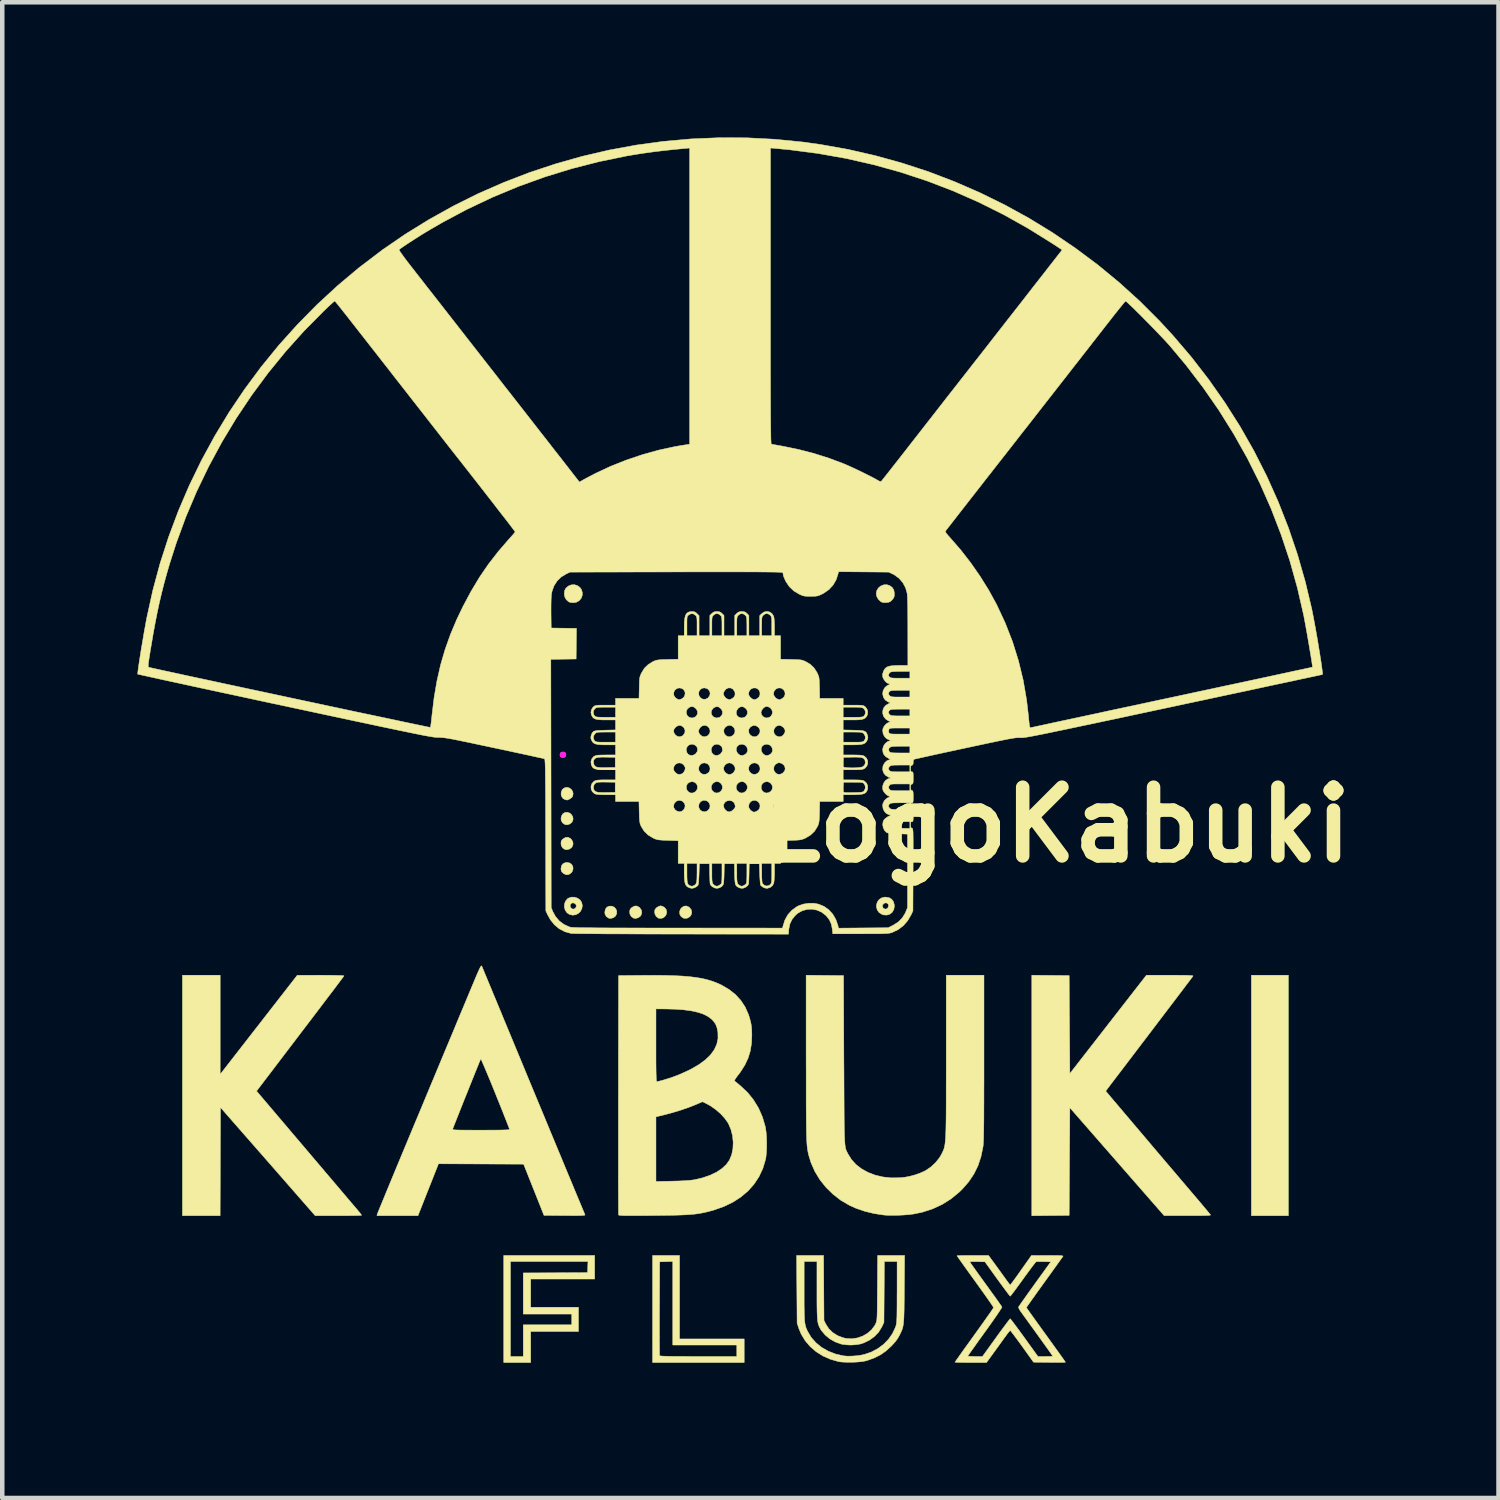
<source format=kicad_pcb>
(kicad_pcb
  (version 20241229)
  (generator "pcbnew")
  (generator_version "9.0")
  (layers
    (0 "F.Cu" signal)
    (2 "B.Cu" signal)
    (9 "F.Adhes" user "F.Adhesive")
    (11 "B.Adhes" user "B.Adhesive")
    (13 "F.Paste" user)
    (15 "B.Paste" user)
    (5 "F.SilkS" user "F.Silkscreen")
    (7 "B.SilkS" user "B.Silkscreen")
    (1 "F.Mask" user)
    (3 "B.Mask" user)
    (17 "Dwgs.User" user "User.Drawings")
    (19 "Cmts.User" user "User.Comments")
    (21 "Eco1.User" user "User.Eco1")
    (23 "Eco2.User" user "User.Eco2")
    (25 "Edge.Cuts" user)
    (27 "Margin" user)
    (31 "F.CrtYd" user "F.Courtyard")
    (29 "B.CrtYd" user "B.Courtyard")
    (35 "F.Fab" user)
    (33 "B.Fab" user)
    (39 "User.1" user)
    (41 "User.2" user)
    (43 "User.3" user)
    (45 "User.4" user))
  (footprint "LogoKabuki"
    (layer "F.Cu")
    (at 13.428 13.787)
    (property "Reference" "LogoKabuki" (at 6.97 1.46 0) (layer "F.SilkS") (effects (font (size 1.524 1.524) (thickness 0.3))))
    (attr through_hole)
    (fp_poly (pts (xy 12.102 10.13) (xy 11.281 10.13) (xy 11.281 4.796) (xy 12.102 4.796) (xy 12.102 10.13)) (stroke (width 0.01) (type solid)) (fill yes) (layer "F.SilkS"))
    (fp_poly (pts (xy -2.851 3.287) (xy -2.814 3.329) (xy -2.796 3.382) (xy -2.8 3.438) (xy -2.828 3.488) (xy -2.87 3.519) (xy -2.922 3.535) (xy -2.97 3.532) (xy -2.973 3.531) (xy -3.027 3.496) (xy -3.057 3.443) (xy -3.062 3.4) (xy -3.05 3.335) (xy -3.017 3.288) (xy -2.967 3.264) (xy -2.905 3.264) (xy -2.851 3.287)) (stroke (width 0.01) (type solid)) (fill yes) (layer "F.SilkS"))
    (fp_poly (pts (xy -3.839 1.2) (xy -3.809 1.224) (xy -3.773 1.277) (xy -3.765 1.335) (xy -3.784 1.391) (xy -3.799 1.411) (xy -3.841 1.442) (xy -3.893 1.459) (xy -3.942 1.455) (xy -3.944 1.454) (xy -3.998 1.419) (xy -4.028 1.366) (xy -4.034 1.323) (xy -4.021 1.26) (xy -3.99 1.213) (xy -3.945 1.186) (xy -3.893 1.181) (xy -3.839 1.2)) (stroke (width 0.01) (type solid)) (fill yes) (layer "F.SilkS"))
    (fp_poly (pts (xy -3.839 2.307) (xy -3.796 2.339) (xy -3.77 2.386) (xy -3.766 2.44) (xy -3.784 2.494) (xy -3.809 2.526) (xy -3.861 2.562) (xy -3.915 2.568) (xy -3.971 2.544) (xy -3.988 2.531) (xy -4.019 2.499) (xy -4.032 2.463) (xy -4.034 2.429) (xy -4.022 2.366) (xy -3.988 2.321) (xy -3.933 2.297) (xy -3.897 2.294) (xy -3.839 2.307)) (stroke (width 0.01) (type solid)) (fill yes) (layer "F.SilkS"))
    (fp_poly (pts (xy -1.199 3.283) (xy -1.181 3.296) (xy -1.145 3.343) (xy -1.133 3.397) (xy -1.143 3.451) (xy -1.174 3.496) (xy -1.223 3.526) (xy -1.248 3.533) (xy -1.292 3.534) (xy -1.324 3.527) (xy -1.371 3.493) (xy -1.398 3.444) (xy -1.403 3.387) (xy -1.385 3.332) (xy -1.361 3.301) (xy -1.309 3.265) (xy -1.254 3.259) (xy -1.199 3.283)) (stroke (width 0.01) (type solid)) (fill yes) (layer "F.SilkS"))
    (fp_poly (pts (xy -3.824 1.763) (xy -3.809 1.777) (xy -3.773 1.83) (xy -3.765 1.888) (xy -3.784 1.944) (xy -3.799 1.964) (xy -3.841 1.995) (xy -3.893 2.011) (xy -3.942 2.008) (xy -3.944 2.007) (xy -3.998 1.972) (xy -4.028 1.919) (xy -4.034 1.874) (xy -4.03 1.827) (xy -4.012 1.794) (xy -3.988 1.772) (xy -3.932 1.739) (xy -3.877 1.736) (xy -3.824 1.763)) (stroke (width 0.01) (type solid)) (fill yes) (layer "F.SilkS"))
    (fp_poly (pts (xy -2.3 3.287) (xy -2.285 3.301) (xy -2.249 3.354) (xy -2.241 3.412) (xy -2.26 3.468) (xy -2.275 3.488) (xy -2.317 3.519) (xy -2.369 3.535) (xy -2.418 3.532) (xy -2.42 3.531) (xy -2.474 3.496) (xy -2.504 3.443) (xy -2.51 3.398) (xy -2.506 3.351) (xy -2.488 3.318) (xy -2.464 3.296) (xy -2.408 3.263) (xy -2.353 3.26) (xy -2.3 3.287)) (stroke (width 0.01) (type solid)) (fill yes) (layer "F.SilkS"))
    (fp_poly (pts (xy -1.782 3.267) (xy -1.739 3.292) (xy -1.734 3.296) (xy -1.699 3.341) (xy -1.688 3.392) (xy -1.697 3.443) (xy -1.724 3.488) (xy -1.764 3.521) (xy -1.814 3.537) (xy -1.87 3.53) (xy -1.877 3.527) (xy -1.922 3.493) (xy -1.95 3.439) (xy -1.957 3.39) (xy -1.951 3.345) (xy -1.926 3.309) (xy -1.911 3.296) (xy -1.869 3.27) (xy -1.827 3.257) (xy -1.823 3.257) (xy -1.782 3.267)) (stroke (width 0.01) (type solid)) (fill yes) (layer "F.SilkS"))
    (fp_poly (pts (xy -3.847 0.643) (xy -3.805 0.674) (xy -3.776 0.717) (xy -3.764 0.768) (xy -3.775 0.825) (xy -3.781 0.839) (xy -3.801 0.859) (xy -3.833 0.882) (xy -3.869 0.901) (xy -3.896 0.91) (xy -3.903 0.909) (xy -3.919 0.905) (xy -3.94 0.901) (xy -3.986 0.879) (xy -4.017 0.837) (xy -4.032 0.785) (xy -4.029 0.73) (xy -4.006 0.68) (xy -3.995 0.667) (xy -3.946 0.635) (xy -3.895 0.629) (xy -3.847 0.643)) (stroke (width 0.01) (type solid)) (fill yes) (layer "F.SilkS"))
    (fp_poly (pts (xy -3.671 -3.848) (xy -3.615 -3.808) (xy -3.583 -3.764) (xy -3.56 -3.694) (xy -3.563 -3.625) (xy -3.588 -3.562) (xy -3.633 -3.511) (xy -3.693 -3.478) (xy -3.759 -3.467) (xy -3.806 -3.471) (xy -3.845 -3.479) (xy -3.849 -3.481) (xy -3.878 -3.5) (xy -3.912 -3.532) (xy -3.92 -3.541) (xy -3.95 -3.596) (xy -3.961 -3.663) (xy -3.955 -3.73) (xy -3.929 -3.785) (xy -3.928 -3.786) (xy -3.872 -3.836) (xy -3.807 -3.863) (xy -3.737 -3.867) (xy -3.671 -3.848)) (stroke (width 0.01) (type solid)) (fill yes) (layer "F.SilkS"))
    (fp_poly (pts (xy 3.257 -3.848) (xy 3.315 -3.805) (xy 3.35 -3.748) (xy 3.362 -3.673) (xy 3.362 -3.666) (xy 3.359 -3.614) (xy 3.348 -3.578) (xy 3.322 -3.543) (xy 3.312 -3.531) (xy 3.277 -3.498) (xy 3.244 -3.48) (xy 3.198 -3.472) (xy 3.181 -3.471) (xy 3.124 -3.47) (xy 3.083 -3.48) (xy 3.055 -3.495) (xy 3.006 -3.543) (xy 2.971 -3.605) (xy 2.958 -3.668) (xy 2.972 -3.737) (xy 3.008 -3.796) (xy 3.061 -3.839) (xy 3.126 -3.864) (xy 3.195 -3.867) (xy 3.257 -3.848)) (stroke (width 0.01) (type solid)) (fill yes) (layer "F.SilkS"))
    (fp_poly (pts (xy -3.287 11.535) (xy -4.706 11.535) (xy -4.706 12.162) (xy -3.646 12.162) (xy -3.646 12.7) (xy -4.706 12.7) (xy -4.706 13.387) (xy -5.304 13.387) (xy -5.304 11.146) (xy -5.155 11.146) (xy -5.155 13.253) (xy -4.871 13.253) (xy -4.871 12.551) (xy -3.795 12.551) (xy -3.795 12.312) (xy -4.871 12.312) (xy -4.871 11.4) (xy -4.157 11.397) (xy -3.444 11.393) (xy -3.44 11.269) (xy -3.435 11.146) (xy -5.155 11.146) (xy -5.304 11.146) (xy -5.304 11.012) (xy -3.287 11.012) (xy -3.287 11.535)) (stroke (width 0.01) (type solid)) (fill yes) (layer "F.SilkS"))
    (fp_poly (pts (xy -3.734 3.065) (xy -3.667 3.086) (xy -3.611 3.126) (xy -3.576 3.178) (xy -3.56 3.25) (xy -3.57 3.317) (xy -3.6 3.377) (xy -3.647 3.424) (xy -3.706 3.454) (xy -3.773 3.464) (xy -3.844 3.448) (xy -3.849 3.446) (xy -3.905 3.406) (xy -3.942 3.349) (xy -3.959 3.284) (xy -3.958 3.265) (xy -3.831 3.265) (xy -3.817 3.297) (xy -3.784 3.326) (xy -3.745 3.328) (xy -3.714 3.308) (xy -3.692 3.27) (xy -3.699 3.232) (xy -3.727 3.204) (xy -3.768 3.19) (xy -3.803 3.2) (xy -3.826 3.227) (xy -3.831 3.265) (xy -3.958 3.265) (xy -3.957 3.216) (xy -3.933 3.153) (xy -3.89 3.101) (xy -3.869 3.087) (xy -3.804 3.064) (xy -3.734 3.065)) (stroke (width 0.01) (type solid)) (fill yes) (layer "F.SilkS"))
    (fp_poly (pts (xy 3.242 3.075) (xy 3.303 3.111) (xy 3.343 3.167) (xy 3.361 3.242) (xy 3.362 3.265) (xy 3.349 3.339) (xy 3.313 3.4) (xy 3.26 3.442) (xy 3.195 3.462) (xy 3.123 3.458) (xy 3.084 3.445) (xy 3.022 3.405) (xy 2.983 3.351) (xy 2.965 3.29) (xy 2.965 3.276) (xy 3.096 3.276) (xy 3.116 3.308) (xy 3.155 3.33) (xy 3.193 3.323) (xy 3.22 3.297) (xy 3.234 3.255) (xy 3.225 3.219) (xy 3.198 3.196) (xy 3.161 3.191) (xy 3.129 3.204) (xy 3.099 3.238) (xy 3.096 3.276) (xy 2.965 3.276) (xy 2.966 3.227) (xy 2.986 3.168) (xy 3.024 3.117) (xy 3.079 3.08) (xy 3.149 3.063) (xy 3.164 3.063) (xy 3.242 3.075)) (stroke (width 0.01) (type solid)) (fill yes) (layer "F.SilkS"))
    (fp_poly (pts (xy -1.404 12.864) (xy 0.03 12.864) (xy 0.03 13.387) (xy -2.002 13.387) (xy -2.002 12.676) (xy -1.85 12.676) (xy -1.85 12.816) (xy -1.85 12.94) (xy -1.849 13.045) (xy -1.848 13.13) (xy -1.848 13.191) (xy -1.847 13.226) (xy -1.846 13.234) (xy -1.838 13.238) (xy -1.818 13.242) (xy -1.782 13.245) (xy -1.729 13.247) (xy -1.658 13.249) (xy -1.566 13.251) (xy -1.452 13.252) (xy -1.313 13.252) (xy -1.147 13.253) (xy -0.987 13.253) (xy -0.134 13.253) (xy -0.134 12.999) (xy -1.554 12.999) (xy -1.554 11.145) (xy -1.7 11.149) (xy -1.845 11.154) (xy -1.849 12.185) (xy -1.85 12.358) (xy -1.85 12.522) (xy -1.85 12.676) (xy -2.002 12.676) (xy -2.002 11.012) (xy -1.404 11.012) (xy -1.404 12.864)) (stroke (width 0.01) (type solid)) (fill yes) (layer "F.SilkS"))
    (fp_poly (pts (xy -11.594 6.995) (xy -10.739 5.896) (xy -9.884 4.797) (xy -9.363 4.796) (xy -9.22 4.797) (xy -9.098 4.798) (xy -8.998 4.8) (xy -8.922 4.802) (xy -8.872 4.805) (xy -8.849 4.809) (xy -8.848 4.81) (xy -8.857 4.824) (xy -8.884 4.86) (xy -8.926 4.916) (xy -8.983 4.992) (xy -9.053 5.085) (xy -9.135 5.194) (xy -9.229 5.317) (xy -9.332 5.453) (xy -9.444 5.601) (xy -9.563 5.758) (xy -9.689 5.923) (xy -9.82 6.095) (xy -9.82 6.095) (xy -10.787 7.366) (xy -10.321 7.915) (xy -10.218 8.036) (xy -10.101 8.174) (xy -9.972 8.327) (xy -9.835 8.487) (xy -9.695 8.652) (xy -9.555 8.817) (xy -9.42 8.976) (xy -9.293 9.125) (xy -9.265 9.159) (xy -9.156 9.287) (xy -9.05 9.412) (xy -8.949 9.531) (xy -8.855 9.642) (xy -8.77 9.742) (xy -8.697 9.828) (xy -8.636 9.9) (xy -8.591 9.952) (xy -8.566 9.982) (xy -8.522 10.034) (xy -8.487 10.078) (xy -8.464 10.109) (xy -8.457 10.12) (xy -8.471 10.123) (xy -8.512 10.125) (xy -8.576 10.127) (xy -8.659 10.128) (xy -8.759 10.129) (xy -8.872 10.13) (xy -8.971 10.13) (xy -9.486 10.13) (xy -10.536 8.929) (xy -11.587 7.729) (xy -11.595 10.13) (xy -12.431 10.13) (xy -12.431 4.796) (xy -11.594 4.796) (xy -11.594 6.995)) (stroke (width 0.01) (type solid)) (fill yes) (layer "F.SilkS"))
    (fp_poly (pts (xy 6.824 4.8) (xy 7.239 4.804) (xy 7.246 5.891) (xy 7.254 6.978) (xy 8.103 5.887) (xy 8.952 4.796) (xy 9.475 4.796) (xy 9.618 4.796) (xy 9.734 4.797) (xy 9.825 4.798) (xy 9.893 4.8) (xy 9.941 4.803) (xy 9.971 4.806) (xy 9.985 4.81) (xy 9.986 4.815) (xy 9.975 4.83) (xy 9.947 4.867) (xy 9.903 4.927) (xy 9.842 5.006) (xy 9.767 5.106) (xy 9.678 5.223) (xy 9.576 5.358) (xy 9.461 5.509) (xy 9.334 5.676) (xy 9.197 5.856) (xy 9.05 6.05) (xy 8.894 6.255) (xy 8.729 6.472) (xy 8.557 6.698) (xy 8.39 6.918) (xy 8.321 7.008) (xy 8.256 7.093) (xy 8.198 7.169) (xy 8.15 7.233) (xy 8.114 7.281) (xy 8.092 7.309) (xy 8.092 7.31) (xy 8.05 7.366) (xy 8.116 7.444) (xy 8.157 7.493) (xy 8.214 7.561) (xy 8.286 7.645) (xy 8.37 7.744) (xy 8.464 7.856) (xy 8.567 7.977) (xy 8.676 8.106) (xy 8.79 8.24) (xy 8.906 8.377) (xy 9.023 8.515) (xy 9.138 8.651) (xy 9.25 8.783) (xy 9.357 8.909) (xy 9.457 9.026) (xy 9.547 9.132) (xy 9.626 9.225) (xy 9.692 9.303) (xy 9.743 9.363) (xy 9.776 9.402) (xy 9.779 9.405) (xy 9.897 9.544) (xy 10.005 9.671) (xy 10.102 9.785) (xy 10.186 9.884) (xy 10.256 9.968) (xy 10.311 10.034) (xy 10.35 10.081) (xy 10.371 10.107) (xy 10.375 10.111) (xy 10.372 10.117) (xy 10.356 10.121) (xy 10.324 10.124) (xy 10.274 10.126) (xy 10.203 10.128) (xy 10.109 10.129) (xy 9.989 10.129) (xy 9.866 10.129) (xy 9.346 10.129) (xy 8.3 8.932) (xy 7.254 7.735) (xy 7.246 8.929) (xy 7.239 10.123) (xy 6.824 10.127) (xy 6.41 10.131) (xy 6.41 4.796) (xy 6.824 4.8)) (stroke (width 0.01) (type solid)) (fill yes) (layer "F.SilkS"))
    (fp_poly (pts (xy 1.819 4.8) (xy 2.234 4.804) (xy 2.241 6.679) (xy 2.243 6.957) (xy 2.244 7.206) (xy 2.245 7.43) (xy 2.246 7.628) (xy 2.247 7.803) (xy 2.248 7.956) (xy 2.249 8.089) (xy 2.251 8.204) (xy 2.253 8.302) (xy 2.256 8.385) (xy 2.259 8.454) (xy 2.263 8.511) (xy 2.267 8.559) (xy 2.272 8.597) (xy 2.278 8.629) (xy 2.285 8.656) (xy 2.293 8.679) (xy 2.302 8.699) (xy 2.312 8.72) (xy 2.323 8.741) (xy 2.332 8.76) (xy 2.411 8.886) (xy 2.513 8.998) (xy 2.637 9.093) (xy 2.779 9.171) (xy 2.937 9.231) (xy 3.108 9.271) (xy 3.29 9.291) (xy 3.479 9.289) (xy 3.596 9.277) (xy 3.706 9.256) (xy 3.824 9.224) (xy 3.938 9.183) (xy 4.038 9.138) (xy 4.059 9.126) (xy 4.174 9.048) (xy 4.277 8.951) (xy 4.364 8.842) (xy 4.409 8.765) (xy 4.423 8.735) (xy 4.437 8.708) (xy 4.448 8.681) (xy 4.459 8.654) (xy 4.468 8.624) (xy 4.476 8.59) (xy 4.483 8.55) (xy 4.489 8.502) (xy 4.494 8.445) (xy 4.499 8.378) (xy 4.502 8.297) (xy 4.505 8.203) (xy 4.507 8.093) (xy 4.509 7.965) (xy 4.51 7.818) (xy 4.511 7.65) (xy 4.511 7.46) (xy 4.511 7.246) (xy 4.512 7.006) (xy 4.512 6.738) (xy 4.512 6.6) (xy 4.512 4.796) (xy 5.349 4.796) (xy 5.349 6.63) (xy 5.349 6.911) (xy 5.349 7.163) (xy 5.348 7.389) (xy 5.348 7.589) (xy 5.347 7.766) (xy 5.347 7.921) (xy 5.346 8.056) (xy 5.344 8.172) (xy 5.343 8.27) (xy 5.341 8.354) (xy 5.34 8.423) (xy 5.337 8.48) (xy 5.335 8.526) (xy 5.332 8.563) (xy 5.329 8.592) (xy 5.327 8.606) (xy 5.282 8.824) (xy 5.216 9.022) (xy 5.126 9.205) (xy 5.012 9.376) (xy 4.871 9.538) (xy 4.8 9.607) (xy 4.619 9.756) (xy 4.422 9.88) (xy 4.209 9.979) (xy 3.98 10.053) (xy 3.788 10.093) (xy 3.687 10.106) (xy 3.568 10.115) (xy 3.441 10.121) (xy 3.315 10.123) (xy 3.201 10.121) (xy 3.123 10.115) (xy 2.913 10.083) (xy 2.706 10.033) (xy 2.511 9.966) (xy 2.366 9.901) (xy 2.174 9.789) (xy 2 9.654) (xy 1.844 9.501) (xy 1.709 9.332) (xy 1.598 9.149) (xy 1.512 8.954) (xy 1.466 8.805) (xy 1.457 8.769) (xy 1.449 8.735) (xy 1.442 8.699) (xy 1.436 8.662) (xy 1.43 8.62) (xy 1.425 8.573) (xy 1.421 8.518) (xy 1.417 8.454) (xy 1.414 8.38) (xy 1.412 8.293) (xy 1.41 8.191) (xy 1.408 8.074) (xy 1.407 7.939) (xy 1.406 7.784) (xy 1.405 7.609) (xy 1.405 7.411) (xy 1.405 7.188) (xy 1.405 6.939) (xy 1.404 6.661) (xy 1.404 4.796) (xy 1.819 4.8)) (stroke (width 0.01) (type solid)) (fill yes) (layer "F.SilkS"))
    (fp_poly (pts (xy 1.8 12.453) (xy 1.842 12.538) (xy 1.907 12.638) (xy 1.996 12.724) (xy 2.104 12.792) (xy 2.226 12.838) (xy 2.293 12.853) (xy 2.418 12.86) (xy 2.541 12.842) (xy 2.659 12.801) (xy 2.765 12.74) (xy 2.856 12.661) (xy 2.927 12.566) (xy 2.946 12.528) (xy 2.954 12.511) (xy 2.961 12.493) (xy 2.966 12.473) (xy 2.971 12.447) (xy 2.974 12.414) (xy 2.977 12.369) (xy 2.979 12.311) (xy 2.981 12.237) (xy 2.982 12.144) (xy 2.983 12.028) (xy 2.984 11.889) (xy 2.985 11.733) (xy 2.99 11.012) (xy 3.588 11.012) (xy 3.582 11.762) (xy 3.581 11.939) (xy 3.579 12.089) (xy 3.578 12.214) (xy 3.575 12.319) (xy 3.572 12.405) (xy 3.567 12.476) (xy 3.561 12.534) (xy 3.553 12.583) (xy 3.543 12.625) (xy 3.53 12.663) (xy 3.514 12.701) (xy 3.495 12.741) (xy 3.473 12.785) (xy 3.471 12.79) (xy 3.431 12.859) (xy 3.382 12.926) (xy 3.316 12.999) (xy 3.287 13.029) (xy 3.171 13.134) (xy 3.052 13.217) (xy 2.922 13.283) (xy 2.774 13.337) (xy 2.726 13.351) (xy 2.66 13.364) (xy 2.572 13.374) (xy 2.472 13.38) (xy 2.368 13.382) (xy 2.268 13.38) (xy 2.18 13.375) (xy 2.122 13.366) (xy 1.942 13.315) (xy 1.776 13.241) (xy 1.626 13.147) (xy 1.494 13.033) (xy 1.383 12.903) (xy 1.295 12.758) (xy 1.244 12.635) (xy 1.204 12.513) (xy 1.194 11.146) (xy 1.36 11.146) (xy 1.36 11.807) (xy 1.36 11.974) (xy 1.36 12.114) (xy 1.362 12.23) (xy 1.364 12.325) (xy 1.367 12.403) (xy 1.371 12.466) (xy 1.378 12.518) (xy 1.386 12.561) (xy 1.396 12.599) (xy 1.409 12.634) (xy 1.425 12.671) (xy 1.439 12.7) (xy 1.518 12.832) (xy 1.622 12.949) (xy 1.747 13.051) (xy 1.892 13.134) (xy 2.052 13.197) (xy 2.227 13.238) (xy 2.233 13.239) (xy 2.314 13.246) (xy 2.413 13.245) (xy 2.518 13.238) (xy 2.621 13.224) (xy 2.696 13.208) (xy 2.851 13.155) (xy 2.994 13.079) (xy 3.123 12.983) (xy 3.233 12.87) (xy 3.321 12.743) (xy 3.385 12.606) (xy 3.398 12.567) (xy 3.404 12.543) (xy 3.408 12.514) (xy 3.412 12.476) (xy 3.415 12.427) (xy 3.418 12.364) (xy 3.419 12.284) (xy 3.42 12.184) (xy 3.421 12.061) (xy 3.421 11.913) (xy 3.422 11.816) (xy 3.422 11.146) (xy 3.139 11.146) (xy 3.135 11.822) (xy 3.13 12.498) (xy 3.082 12.6) (xy 3.014 12.711) (xy 2.921 12.809) (xy 2.81 12.89) (xy 2.684 12.951) (xy 2.607 12.976) (xy 2.548 12.987) (xy 2.474 12.995) (xy 2.4 12.999) (xy 2.391 12.999) (xy 2.317 12.996) (xy 2.243 12.988) (xy 2.181 12.978) (xy 2.175 12.976) (xy 2.049 12.93) (xy 1.931 12.863) (xy 1.828 12.778) (xy 1.746 12.681) (xy 1.726 12.65) (xy 1.708 12.617) (xy 1.692 12.585) (xy 1.679 12.551) (xy 1.668 12.513) (xy 1.66 12.467) (xy 1.654 12.41) (xy 1.65 12.34) (xy 1.647 12.254) (xy 1.645 12.148) (xy 1.644 12.019) (xy 1.644 11.865) (xy 1.644 11.785) (xy 1.644 11.146) (xy 1.36 11.146) (xy 1.194 11.146) (xy 1.193 11.012) (xy 1.791 11.012) (xy 1.8 12.453)) (stroke (width 0.01) (type solid)) (fill yes) (layer "F.SilkS"))
    (fp_poly (pts (xy -5.794 4.59) (xy -5.789 4.598) (xy -5.786 4.606) (xy -5.775 4.631) (xy -5.754 4.681) (xy -5.725 4.753) (xy -5.687 4.843) (xy -5.643 4.95) (xy -5.593 5.069) (xy -5.54 5.198) (xy -5.483 5.334) (xy -5.425 5.475) (xy -5.366 5.616) (xy -5.309 5.756) (xy -5.253 5.891) (xy -5.2 6.018) (xy -5.155 6.126) (xy -5.085 6.295) (xy -5.01 6.477) (xy -4.929 6.671) (xy -4.845 6.874) (xy -4.758 7.085) (xy -4.668 7.302) (xy -4.576 7.524) (xy -4.483 7.747) (xy -4.39 7.971) (xy -4.298 8.194) (xy -4.207 8.413) (xy -4.118 8.627) (xy -4.032 8.834) (xy -3.95 9.032) (xy -3.872 9.22) (xy -3.799 9.394) (xy -3.733 9.555) (xy -3.673 9.699) (xy -3.62 9.825) (xy -3.576 9.931) (xy -3.541 10.015) (xy -3.516 10.075) (xy -3.502 10.11) (xy -3.501 10.112) (xy -3.504 10.117) (xy -3.521 10.121) (xy -3.553 10.124) (xy -3.604 10.126) (xy -3.676 10.128) (xy -3.772 10.128) (xy -3.893 10.127) (xy -3.952 10.127) (xy -4.411 10.123) (xy -4.637 9.555) (xy -4.863 8.987) (xy -5.807 8.983) (xy -6.751 8.979) (xy -6.979 9.555) (xy -7.206 10.13) (xy -8.117 10.13) (xy -8.109 10.097) (xy -8.103 10.079) (xy -8.085 10.035) (xy -8.058 9.968) (xy -8.02 9.877) (xy -7.974 9.765) (xy -7.92 9.633) (xy -7.858 9.483) (xy -7.789 9.316) (xy -7.714 9.135) (xy -7.633 8.94) (xy -7.547 8.733) (xy -7.456 8.515) (xy -7.362 8.289) (xy -7.33 8.213) (xy -6.436 8.213) (xy -6.432 8.218) (xy -6.42 8.222) (xy -6.397 8.226) (xy -6.362 8.228) (xy -6.312 8.23) (xy -6.244 8.231) (xy -6.156 8.232) (xy -6.044 8.232) (xy -5.907 8.233) (xy -5.805 8.233) (xy -5.644 8.232) (xy -5.512 8.232) (xy -5.404 8.231) (xy -5.32 8.229) (xy -5.258 8.227) (xy -5.214 8.225) (xy -5.187 8.221) (xy -5.175 8.217) (xy -5.174 8.214) (xy -5.22 8.094) (xy -5.271 7.965) (xy -5.324 7.83) (xy -5.38 7.69) (xy -5.437 7.549) (xy -5.493 7.409) (xy -5.548 7.274) (xy -5.601 7.144) (xy -5.651 7.025) (xy -5.696 6.917) (xy -5.735 6.824) (xy -5.768 6.748) (xy -5.792 6.693) (xy -5.808 6.66) (xy -5.813 6.652) (xy -5.821 6.67) (xy -5.839 6.712) (xy -5.865 6.776) (xy -5.898 6.858) (xy -5.938 6.956) (xy -5.982 7.066) (xy -6.03 7.185) (xy -6.08 7.31) (xy -6.131 7.438) (xy -6.183 7.566) (xy -6.232 7.69) (xy -6.279 7.808) (xy -6.322 7.917) (xy -6.36 8.013) (xy -6.392 8.093) (xy -6.416 8.154) (xy -6.431 8.193) (xy -6.436 8.206) (xy -6.436 8.213) (xy -7.33 8.213) (xy -7.27 8.068) (xy -7.166 7.82) (xy -7.062 7.57) (xy -6.958 7.319) (xy -6.854 7.071) (xy -6.753 6.828) (xy -6.655 6.593) (xy -6.561 6.367) (xy -6.471 6.153) (xy -6.388 5.954) (xy -6.313 5.772) (xy -6.245 5.609) (xy -6.186 5.469) (xy -6.137 5.352) (xy -6.122 5.315) (xy -6.054 5.152) (xy -5.996 5.014) (xy -5.948 4.899) (xy -5.909 4.806) (xy -5.877 4.733) (xy -5.852 4.677) (xy -5.833 4.637) (xy -5.818 4.61) (xy -5.808 4.595) (xy -5.8 4.589) (xy -5.794 4.59)) (stroke (width 0.01) (type solid)) (fill yes) (layer "F.SilkS"))
    (fp_poly (pts (xy -1.732 4.8) (xy -1.531 4.806) (xy -1.352 4.814) (xy -1.192 4.827) (xy -1.049 4.844) (xy -0.921 4.865) (xy -0.805 4.891) (xy -0.699 4.922) (xy -0.599 4.958) (xy -0.503 5) (xy -0.474 5.014) (xy -0.305 5.113) (xy -0.162 5.226) (xy -0.043 5.357) (xy 0.053 5.504) (xy 0.127 5.671) (xy 0.16 5.781) (xy 0.178 5.853) (xy 0.189 5.919) (xy 0.196 5.989) (xy 0.199 6.075) (xy 0.2 6.126) (xy 0.192 6.31) (xy 0.165 6.478) (xy 0.117 6.635) (xy 0.045 6.788) (xy -0.052 6.941) (xy -0.122 7.033) (xy -0.155 7.078) (xy -0.178 7.115) (xy -0.186 7.137) (xy -0.185 7.14) (xy -0.169 7.154) (xy -0.134 7.182) (xy -0.088 7.22) (xy -0.051 7.251) (xy 0.105 7.397) (xy 0.238 7.563) (xy 0.35 7.746) (xy 0.436 7.944) (xy 0.497 8.152) (xy 0.503 8.183) (xy 0.516 8.273) (xy 0.525 8.382) (xy 0.529 8.5) (xy 0.528 8.62) (xy 0.523 8.734) (xy 0.513 8.831) (xy 0.503 8.886) (xy 0.444 9.082) (xy 0.359 9.264) (xy 0.249 9.431) (xy 0.116 9.581) (xy -0.041 9.714) (xy -0.22 9.83) (xy -0.421 9.927) (xy -0.642 10.005) (xy -0.688 10.018) (xy -0.767 10.039) (xy -0.841 10.057) (xy -0.914 10.072) (xy -0.988 10.085) (xy -1.066 10.095) (xy -1.153 10.103) (xy -1.25 10.11) (xy -1.362 10.115) (xy -1.491 10.119) (xy -1.641 10.122) (xy -1.815 10.124) (xy -1.983 10.126) (xy -2.158 10.128) (xy -2.306 10.129) (xy -2.428 10.129) (xy -2.526 10.129) (xy -2.604 10.128) (xy -2.663 10.127) (xy -2.706 10.124) (xy -2.734 10.121) (xy -2.75 10.118) (xy -2.757 10.113) (xy -2.757 10.113) (xy -2.757 10.096) (xy -2.758 10.051) (xy -2.759 9.979) (xy -2.759 9.881) (xy -2.76 9.76) (xy -2.76 9.617) (xy -2.761 9.453) (xy -2.761 9.269) (xy -2.761 9.068) (xy -2.761 8.85) (xy -2.761 8.618) (xy -2.761 8.373) (xy -2.761 8.116) (xy -2.761 7.938) (xy -1.927 7.938) (xy -1.927 9.372) (xy -1.565 9.364) (xy -1.407 9.36) (xy -1.274 9.353) (xy -1.166 9.345) (xy -1.087 9.335) (xy -1.075 9.333) (xy -0.892 9.29) (xy -0.727 9.233) (xy -0.582 9.164) (xy -0.461 9.083) (xy -0.364 8.992) (xy -0.295 8.894) (xy -0.247 8.776) (xy -0.22 8.644) (xy -0.214 8.503) (xy -0.228 8.36) (xy -0.263 8.221) (xy -0.318 8.091) (xy -0.334 8.064) (xy -0.403 7.967) (xy -0.493 7.869) (xy -0.599 7.777) (xy -0.713 7.697) (xy -0.801 7.648) (xy -0.895 7.602) (xy -1.039 7.664) (xy -1.209 7.731) (xy -1.399 7.796) (xy -1.599 7.855) (xy -1.729 7.889) (xy -1.927 7.938) (xy -2.761 7.938) (xy -2.761 7.849) (xy -2.761 7.573) (xy -2.76 7.448) (xy -2.759 6.35) (xy -1.927 6.35) (xy -1.927 6.532) (xy -1.927 6.686) (xy -1.926 6.815) (xy -1.925 6.919) (xy -1.923 7.002) (xy -1.921 7.065) (xy -1.919 7.109) (xy -1.916 7.138) (xy -1.912 7.153) (xy -1.908 7.157) (xy -1.886 7.153) (xy -1.843 7.143) (xy -1.788 7.129) (xy -1.778 7.126) (xy -1.589 7.068) (xy -1.409 7) (xy -1.225 6.917) (xy -1.148 6.879) (xy -0.977 6.78) (xy -0.834 6.676) (xy -0.719 6.565) (xy -0.634 6.449) (xy -0.578 6.327) (xy -0.551 6.199) (xy -0.553 6.066) (xy -0.554 6.056) (xy -0.573 5.96) (xy -0.602 5.885) (xy -0.646 5.82) (xy -0.695 5.769) (xy -0.776 5.709) (xy -0.875 5.659) (xy -0.995 5.619) (xy -1.138 5.587) (xy -1.304 5.564) (xy -1.496 5.55) (xy -1.715 5.544) (xy -1.759 5.544) (xy -1.927 5.543) (xy -1.927 6.35) (xy -2.759 6.35) (xy -2.757 4.804) (xy -2.211 4.799) (xy -1.958 4.798) (xy -1.732 4.8)) (stroke (width 0.01) (type solid)) (fill yes) (layer "F.SilkS"))
    (fp_poly (pts (xy 5.589 11.202) (xy 5.647 11.282) (xy 5.709 11.367) (xy 5.768 11.449) (xy 5.817 11.517) (xy 5.826 11.53) (xy 5.866 11.585) (xy 5.899 11.629) (xy 5.922 11.658) (xy 5.932 11.667) (xy 5.942 11.656) (xy 5.967 11.623) (xy 6.005 11.572) (xy 6.053 11.506) (xy 6.109 11.428) (xy 6.17 11.341) (xy 6.171 11.34) (xy 6.402 11.013) (xy 6.758 11.012) (xy 6.874 11.012) (xy 6.962 11.013) (xy 7.027 11.015) (xy 7.07 11.018) (xy 7.094 11.022) (xy 7.103 11.027) (xy 7.102 11.03) (xy 7.091 11.046) (xy 7.065 11.083) (xy 7.024 11.14) (xy 6.972 11.213) (xy 6.909 11.301) (xy 6.838 11.4) (xy 6.76 11.508) (xy 6.691 11.604) (xy 6.609 11.718) (xy 6.532 11.824) (xy 6.464 11.921) (xy 6.404 12.004) (xy 6.355 12.074) (xy 6.319 12.125) (xy 6.296 12.158) (xy 6.29 12.168) (xy 6.299 12.181) (xy 6.323 12.216) (xy 6.362 12.271) (xy 6.413 12.342) (xy 6.475 12.429) (xy 6.546 12.528) (xy 6.625 12.637) (xy 6.709 12.754) (xy 6.724 12.774) (xy 6.809 12.892) (xy 6.889 13.003) (xy 6.961 13.104) (xy 7.025 13.192) (xy 7.078 13.267) (xy 7.119 13.324) (xy 7.145 13.363) (xy 7.157 13.38) (xy 7.157 13.38) (xy 7.143 13.382) (xy 7.103 13.384) (xy 7.041 13.385) (xy 6.962 13.385) (xy 6.869 13.384) (xy 6.803 13.384) (xy 6.449 13.38) (xy 6.197 13.029) (xy 6.132 12.939) (xy 6.072 12.858) (xy 6.02 12.788) (xy 5.978 12.733) (xy 5.949 12.695) (xy 5.933 12.678) (xy 5.932 12.678) (xy 5.918 12.689) (xy 5.892 12.719) (xy 5.858 12.763) (xy 5.839 12.79) (xy 5.803 12.838) (xy 5.755 12.905) (xy 5.699 12.983) (xy 5.638 13.067) (xy 5.582 13.145) (xy 5.406 13.387) (xy 5.056 13.387) (xy 4.958 13.387) (xy 4.87 13.386) (xy 4.797 13.385) (xy 4.743 13.383) (xy 4.712 13.381) (xy 4.706 13.38) (xy 4.715 13.367) (xy 4.739 13.331) (xy 4.778 13.277) (xy 4.801 13.244) (xy 4.99 13.244) (xy 5.004 13.248) (xy 5.042 13.25) (xy 5.098 13.252) (xy 5.153 13.253) (xy 5.316 13.253) (xy 5.618 12.834) (xy 5.689 12.736) (xy 5.755 12.646) (xy 5.813 12.568) (xy 5.862 12.502) (xy 5.9 12.453) (xy 5.923 12.424) (xy 5.931 12.416) (xy 5.942 12.428) (xy 5.969 12.461) (xy 6.008 12.513) (xy 6.059 12.581) (xy 6.119 12.662) (xy 6.186 12.754) (xy 6.244 12.834) (xy 6.546 13.253) (xy 6.709 13.253) (xy 6.775 13.252) (xy 6.828 13.251) (xy 6.863 13.248) (xy 6.873 13.246) (xy 6.865 13.232) (xy 6.84 13.195) (xy 6.798 13.135) (xy 6.739 13.053) (xy 6.663 12.947) (xy 6.57 12.817) (xy 6.46 12.664) (xy 6.372 12.543) (xy 6.317 12.466) (xy 6.263 12.392) (xy 6.216 12.327) (xy 6.179 12.275) (xy 6.159 12.248) (xy 6.133 12.206) (xy 6.117 12.172) (xy 6.116 12.156) (xy 6.126 12.14) (xy 6.152 12.102) (xy 6.191 12.045) (xy 6.243 11.972) (xy 6.304 11.886) (xy 6.373 11.789) (xy 6.449 11.684) (xy 6.477 11.644) (xy 6.831 11.154) (xy 6.677 11.149) (xy 6.611 11.148) (xy 6.556 11.148) (xy 6.518 11.15) (xy 6.506 11.152) (xy 6.493 11.165) (xy 6.465 11.2) (xy 6.424 11.253) (xy 6.373 11.322) (xy 6.313 11.403) (xy 6.247 11.493) (xy 6.216 11.537) (xy 6.148 11.63) (xy 6.086 11.715) (xy 6.032 11.789) (xy 5.987 11.848) (xy 5.954 11.891) (xy 5.935 11.913) (xy 5.931 11.916) (xy 5.92 11.904) (xy 5.893 11.871) (xy 5.854 11.819) (xy 5.804 11.752) (xy 5.745 11.672) (xy 5.679 11.582) (xy 5.645 11.535) (xy 5.371 11.154) (xy 5.203 11.149) (xy 5.136 11.148) (xy 5.082 11.149) (xy 5.046 11.151) (xy 5.035 11.154) (xy 5.044 11.168) (xy 5.067 11.203) (xy 5.104 11.255) (xy 5.152 11.322) (xy 5.208 11.401) (xy 5.27 11.487) (xy 5.27 11.487) (xy 5.34 11.584) (xy 5.412 11.683) (xy 5.481 11.779) (xy 5.544 11.866) (xy 5.596 11.937) (xy 5.622 11.974) (xy 5.666 12.036) (xy 5.704 12.09) (xy 5.732 12.131) (xy 5.747 12.154) (xy 5.748 12.157) (xy 5.741 12.173) (xy 5.718 12.21) (xy 5.681 12.266) (xy 5.632 12.339) (xy 5.572 12.426) (xy 5.503 12.524) (xy 5.427 12.631) (xy 5.373 12.706) (xy 5.293 12.817) (xy 5.218 12.92) (xy 5.152 13.014) (xy 5.094 13.095) (xy 5.047 13.161) (xy 5.014 13.209) (xy 4.994 13.238) (xy 4.99 13.244) (xy 4.801 13.244) (xy 4.829 13.205) (xy 4.89 13.118) (xy 4.961 13.019) (xy 5.04 12.91) (xy 5.124 12.793) (xy 5.134 12.778) (xy 5.219 12.66) (xy 5.298 12.55) (xy 5.37 12.448) (xy 5.433 12.359) (xy 5.486 12.284) (xy 5.526 12.226) (xy 5.552 12.186) (xy 5.563 12.169) (xy 5.563 12.168) (xy 5.554 12.153) (xy 5.53 12.116) (xy 5.492 12.06) (xy 5.441 11.987) (xy 5.38 11.9) (xy 5.309 11.801) (xy 5.232 11.693) (xy 5.157 11.589) (xy 5.075 11.475) (xy 4.998 11.368) (xy 4.928 11.271) (xy 4.868 11.186) (xy 4.818 11.116) (xy 4.781 11.063) (xy 4.758 11.03) (xy 4.751 11.019) (xy 4.766 11.017) (xy 4.806 11.015) (xy 4.867 11.014) (xy 4.946 11.012) (xy 5.039 11.012) (xy 5.101 11.012) (xy 5.45 11.012) (xy 5.589 11.202)) (stroke (width 0.01) (type solid)) (fill yes) (layer "F.SilkS"))
    (fp_poly (pts (xy 0.09 -13.78) (xy 0.709 -13.748) (xy 1.328 -13.687) (xy 1.718 -13.633) (xy 2.33 -13.524) (xy 2.934 -13.386) (xy 3.53 -13.221) (xy 4.117 -13.029) (xy 4.693 -12.809) (xy 5.258 -12.563) (xy 5.81 -12.292) (xy 6.349 -11.996) (xy 6.873 -11.675) (xy 7.382 -11.329) (xy 7.875 -10.961) (xy 8.349 -10.57) (xy 8.806 -10.156) (xy 9.242 -9.72) (xy 9.538 -9.399) (xy 9.95 -8.916) (xy 10.336 -8.417) (xy 10.696 -7.903) (xy 11.031 -7.375) (xy 11.339 -6.833) (xy 11.621 -6.277) (xy 11.876 -5.708) (xy 12.104 -5.126) (xy 12.305 -4.533) (xy 12.478 -3.928) (xy 12.618 -3.339) (xy 12.637 -3.246) (xy 12.658 -3.139) (xy 12.68 -3.02) (xy 12.704 -2.892) (xy 12.727 -2.76) (xy 12.75 -2.626) (xy 12.772 -2.493) (xy 12.793 -2.366) (xy 12.812 -2.246) (xy 12.829 -2.137) (xy 12.842 -2.043) (xy 12.852 -1.967) (xy 12.859 -1.912) (xy 12.86 -1.88) (xy 12.859 -1.875) (xy 12.843 -1.871) (xy 12.799 -1.862) (xy 12.728 -1.846) (xy 12.633 -1.826) (xy 12.513 -1.8) (xy 12.37 -1.77) (xy 12.207 -1.734) (xy 12.023 -1.695) (xy 11.82 -1.652) (xy 11.6 -1.605) (xy 11.365 -1.554) (xy 11.114 -1.5) (xy 10.85 -1.444) (xy 10.573 -1.385) (xy 10.286 -1.323) (xy 9.989 -1.26) (xy 9.684 -1.195) (xy 9.555 -1.167) (xy 9.189 -1.089) (xy 8.851 -1.017) (xy 8.539 -0.95) (xy 8.254 -0.889) (xy 7.993 -0.834) (xy 7.755 -0.783) (xy 7.54 -0.738) (xy 7.346 -0.697) (xy 7.172 -0.66) (xy 7.016 -0.628) (xy 6.878 -0.599) (xy 6.757 -0.574) (xy 6.651 -0.552) (xy 6.559 -0.534) (xy 6.48 -0.518) (xy 6.413 -0.506) (xy 6.356 -0.495) (xy 6.309 -0.487) (xy 6.271 -0.481) (xy 6.239 -0.477) (xy 6.214 -0.474) (xy 6.193 -0.473) (xy 6.176 -0.472) (xy 6.162 -0.473) (xy 6.156 -0.473) (xy 6.133 -0.474) (xy 6.109 -0.474) (xy 6.081 -0.472) (xy 6.047 -0.469) (xy 6.005 -0.463) (xy 5.952 -0.454) (xy 5.888 -0.443) (xy 5.808 -0.427) (xy 5.713 -0.408) (xy 5.598 -0.384) (xy 5.463 -0.356) (xy 5.304 -0.322) (xy 5.121 -0.283) (xy 4.926 -0.241) (xy 4.748 -0.203) (xy 4.578 -0.166) (xy 4.419 -0.132) (xy 4.273 -0.1) (xy 4.142 -0.071) (xy 4.029 -0.046) (xy 3.935 -0.025) (xy 3.863 -0.009) (xy 3.816 0.002) (xy 3.795 0.007) (xy 3.795 0.008) (xy 3.785 0.027) (xy 3.78 0.064) (xy 3.78 0.074) (xy 3.776 0.114) (xy 3.762 0.134) (xy 3.75 0.139) (xy 3.731 0.149) (xy 3.722 0.174) (xy 3.72 0.215) (xy 3.722 0.258) (xy 3.73 0.278) (xy 3.747 0.284) (xy 3.75 0.284) (xy 3.765 0.286) (xy 3.773 0.297) (xy 3.778 0.322) (xy 3.78 0.366) (xy 3.78 0.417) (xy 3.78 0.48) (xy 3.777 0.521) (xy 3.771 0.543) (xy 3.76 0.554) (xy 3.75 0.557) (xy 3.73 0.569) (xy 3.722 0.595) (xy 3.72 0.628) (xy 3.723 0.67) (xy 3.735 0.691) (xy 3.75 0.698) (xy 3.765 0.704) (xy 3.773 0.719) (xy 3.778 0.747) (xy 3.78 0.795) (xy 3.78 0.838) (xy 3.78 0.902) (xy 3.777 0.941) (xy 3.772 0.962) (xy 3.762 0.97) (xy 3.75 0.971) (xy 3.732 0.975) (xy 3.723 0.993) (xy 3.72 1.033) (xy 3.72 1.04) (xy 3.723 1.084) (xy 3.732 1.107) (xy 3.75 1.116) (xy 3.765 1.123) (xy 3.773 1.137) (xy 3.778 1.165) (xy 3.78 1.213) (xy 3.78 1.257) (xy 3.78 1.32) (xy 3.777 1.359) (xy 3.772 1.38) (xy 3.762 1.388) (xy 3.75 1.39) (xy 3.732 1.394) (xy 3.723 1.412) (xy 3.72 1.451) (xy 3.72 1.458) (xy 3.723 1.502) (xy 3.732 1.525) (xy 3.751 1.535) (xy 3.757 1.537) (xy 3.762 1.541) (xy 3.767 1.55) (xy 3.77 1.565) (xy 3.773 1.589) (xy 3.776 1.624) (xy 3.777 1.672) (xy 3.778 1.736) (xy 3.779 1.818) (xy 3.779 1.919) (xy 3.779 2.043) (xy 3.778 2.191) (xy 3.777 2.366) (xy 3.777 2.456) (xy 3.773 3.369) (xy 3.732 3.457) (xy 3.655 3.589) (xy 3.559 3.698) (xy 3.444 3.785) (xy 3.321 3.844) (xy 3.299 3.852) (xy 3.277 3.858) (xy 3.251 3.863) (xy 3.22 3.868) (xy 3.179 3.871) (xy 3.126 3.873) (xy 3.057 3.875) (xy 2.97 3.876) (xy 2.862 3.876) (xy 2.729 3.876) (xy 2.615 3.877) (xy 1.995 3.877) (xy 1.985 3.778) (xy 1.964 3.666) (xy 1.922 3.571) (xy 1.857 3.486) (xy 1.839 3.467) (xy 1.747 3.397) (xy 1.644 3.352) (xy 1.535 3.331) (xy 1.426 3.336) (xy 1.319 3.365) (xy 1.222 3.419) (xy 1.167 3.466) (xy 1.092 3.558) (xy 1.044 3.658) (xy 1.021 3.77) (xy 1.019 3.784) (xy 1.012 3.885) (xy -1.365 3.883) (xy -1.631 3.883) (xy -1.889 3.882) (xy -2.137 3.882) (xy -2.375 3.881) (xy -2.601 3.88) (xy -2.812 3.879) (xy -3.008 3.879) (xy -3.186 3.877) (xy -3.346 3.876) (xy -3.484 3.875) (xy -3.601 3.874) (xy -3.693 3.873) (xy -3.76 3.871) (xy -3.8 3.87) (xy -3.81 3.869) (xy -3.949 3.83) (xy -4.072 3.766) (xy -4.18 3.676) (xy -4.27 3.563) (xy -4.329 3.457) (xy -4.37 3.369) (xy -4.374 1.686) (xy -4.375 1.425) (xy -4.376 1.192) (xy -4.376 0.987) (xy -4.377 0.806) (xy -4.378 0.649) (xy -4.379 0.513) (xy -4.38 0.397) (xy -4.381 0.301) (xy -4.382 0.22) (xy -4.384 0.156) (xy -4.386 0.105) (xy -4.388 0.066) (xy -4.39 0.037) (xy -4.393 0.017) (xy -4.396 0.004) (xy -4.399 -0.003) (xy -4.403 -0.006) (xy -4.404 -0.006) (xy -4.423 -0.011) (xy -4.468 -0.021) (xy -4.538 -0.036) (xy -4.63 -0.056) (xy -4.742 -0.081) (xy -4.871 -0.109) (xy -5.016 -0.14) (xy -5.173 -0.174) (xy -5.341 -0.21) (xy -5.512 -0.246) (xy -5.717 -0.29) (xy -5.896 -0.328) (xy -6.05 -0.361) (xy -6.181 -0.388) (xy -6.292 -0.411) (xy -6.386 -0.43) (xy -6.463 -0.445) (xy -6.528 -0.456) (xy -6.581 -0.465) (xy -6.625 -0.471) (xy -6.663 -0.475) (xy -6.696 -0.477) (xy -6.727 -0.478) (xy -6.748 -0.478) (xy -6.766 -0.478) (xy -6.786 -0.479) (xy -6.808 -0.481) (xy -6.833 -0.483) (xy -6.864 -0.487) (xy -6.9 -0.493) (xy -6.944 -0.5) (xy -6.996 -0.509) (xy -7.058 -0.52) (xy -7.13 -0.534) (xy -7.214 -0.551) (xy -7.312 -0.571) (xy -7.423 -0.594) (xy -7.55 -0.62) (xy -7.694 -0.65) (xy -7.856 -0.684) (xy -8.037 -0.722) (xy -8.238 -0.765) (xy -8.46 -0.812) (xy -8.705 -0.864) (xy -8.974 -0.922) (xy -9.267 -0.984) (xy -9.587 -1.053) (xy -9.934 -1.127) (xy -10.156 -1.175) (xy -10.463 -1.24) (xy -10.761 -1.304) (xy -11.051 -1.367) (xy -11.33 -1.427) (xy -11.598 -1.484) (xy -11.852 -1.539) (xy -12.093 -1.591) (xy -12.318 -1.64) (xy -12.525 -1.685) (xy -12.715 -1.726) (xy -12.885 -1.763) (xy -13.034 -1.796) (xy -13.161 -1.824) (xy -13.265 -1.847) (xy -13.343 -1.864) (xy -13.396 -1.876) (xy -13.421 -1.882) (xy -13.423 -1.883) (xy -13.423 -1.9) (xy -13.419 -1.943) (xy -13.41 -2.009) (xy -13.402 -2.066) (xy -13.19 -2.066) (xy -13.189 -2.046) (xy -13.185 -2.037) (xy -13.183 -2.036) (xy -13.164 -2.032) (xy -13.118 -2.021) (xy -13.046 -2.005) (xy -12.95 -1.984) (xy -12.832 -1.958) (xy -12.693 -1.928) (xy -12.534 -1.894) (xy -12.358 -1.855) (xy -12.166 -1.814) (xy -11.96 -1.77) (xy -11.741 -1.723) (xy -11.511 -1.673) (xy -11.272 -1.622) (xy -11.025 -1.569) (xy -10.772 -1.515) (xy -10.514 -1.46) (xy -10.253 -1.404) (xy -9.992 -1.348) (xy -9.73 -1.292) (xy -9.471 -1.237) (xy -9.215 -1.182) (xy -8.965 -1.129) (xy -8.722 -1.077) (xy -8.487 -1.027) (xy -8.262 -0.98) (xy -8.049 -0.935) (xy -7.85 -0.893) (xy -7.666 -0.854) (xy -7.498 -0.818) (xy -7.349 -0.787) (xy -7.22 -0.76) (xy -7.113 -0.738) (xy -7.029 -0.72) (xy -6.97 -0.708) (xy -6.937 -0.702) (xy -6.931 -0.701) (xy -6.927 -0.718) (xy -6.92 -0.76) (xy -6.912 -0.821) (xy -6.904 -0.898) (xy -6.896 -0.97) (xy -6.849 -1.36) (xy -6.786 -1.729) (xy -6.706 -2.083) (xy -6.669 -2.211) (xy -4.259 -2.211) (xy -4.251 3.295) (xy -4.216 3.382) (xy -4.154 3.496) (xy -4.07 3.593) (xy -3.968 3.669) (xy -3.852 3.722) (xy -3.826 3.73) (xy -3.81 3.732) (xy -3.78 3.735) (xy -3.737 3.737) (xy -3.678 3.739) (xy -3.603 3.741) (xy -3.509 3.742) (xy -3.398 3.743) (xy -3.266 3.745) (xy -3.113 3.746) (xy -2.938 3.747) (xy -2.739 3.747) (xy -2.516 3.748) (xy -2.268 3.748) (xy -1.993 3.749) (xy -1.689 3.749) (xy -1.438 3.749) (xy 0.881 3.75) (xy 0.89 3.709) (xy 0.933 3.573) (xy 0.999 3.454) (xy 1.088 3.355) (xy 1.197 3.276) (xy 1.239 3.254) (xy 1.343 3.218) (xy 1.46 3.2) (xy 1.577 3.2) (xy 1.676 3.218) (xy 1.799 3.268) (xy 1.905 3.343) (xy 1.994 3.44) (xy 2.062 3.557) (xy 2.109 3.691) (xy 2.113 3.71) (xy 2.123 3.752) (xy 2.673 3.747) (xy 3.224 3.743) (xy 3.341 3.683) (xy 3.45 3.614) (xy 3.535 3.528) (xy 3.6 3.423) (xy 3.618 3.382) (xy 3.653 3.295) (xy 3.653 1.666) (xy 3.436 1.658) (xy 3.335 1.654) (xy 3.261 1.647) (xy 3.213 1.639) (xy 3.188 1.63) (xy 3.143 1.584) (xy 3.114 1.522) (xy 3.103 1.456) (xy 3.233 1.456) (xy 3.241 1.494) (xy 3.273 1.522) (xy 3.277 1.524) (xy 3.304 1.529) (xy 3.354 1.533) (xy 3.42 1.536) (xy 3.496 1.538) (xy 3.507 1.538) (xy 3.705 1.539) (xy 3.705 1.39) (xy 3.491 1.39) (xy 3.406 1.39) (xy 3.345 1.391) (xy 3.304 1.395) (xy 3.278 1.4) (xy 3.261 1.409) (xy 3.251 1.418) (xy 3.233 1.456) (xy 3.103 1.456) (xy 3.103 1.454) (xy 3.112 1.388) (xy 3.132 1.348) (xy 3.164 1.316) (xy 3.209 1.284) (xy 3.224 1.276) (xy 3.286 1.244) (xy 3.241 1.235) (xy 3.184 1.209) (xy 3.14 1.162) (xy 3.111 1.101) (xy 3.101 1.032) (xy 3.102 1.029) (xy 3.231 1.029) (xy 3.235 1.062) (xy 3.257 1.091) (xy 3.272 1.103) (xy 3.291 1.111) (xy 3.32 1.116) (xy 3.364 1.119) (xy 3.428 1.12) (xy 3.496 1.121) (xy 3.705 1.121) (xy 3.705 0.971) (xy 3.494 0.971) (xy 3.407 0.972) (xy 3.345 0.974) (xy 3.302 0.978) (xy 3.275 0.984) (xy 3.258 0.993) (xy 3.255 0.996) (xy 3.231 1.029) (xy 3.102 1.029) (xy 3.108 0.986) (xy 3.141 0.919) (xy 3.198 0.869) (xy 3.235 0.85) (xy 3.264 0.837) (xy 3.266 0.83) (xy 3.245 0.825) (xy 3.245 0.825) (xy 3.206 0.807) (xy 3.163 0.77) (xy 3.126 0.725) (xy 3.104 0.679) (xy 3.103 0.673) (xy 3.102 0.619) (xy 3.233 0.619) (xy 3.235 0.642) (xy 3.248 0.665) (xy 3.259 0.679) (xy 3.271 0.69) (xy 3.291 0.696) (xy 3.322 0.7) (xy 3.371 0.702) (xy 3.442 0.702) (xy 3.489 0.702) (xy 3.705 0.702) (xy 3.705 0.553) (xy 3.489 0.553) (xy 3.405 0.553) (xy 3.345 0.554) (xy 3.305 0.557) (xy 3.28 0.562) (xy 3.265 0.57) (xy 3.254 0.582) (xy 3.248 0.59) (xy 3.233 0.619) (xy 3.102 0.619) (xy 3.101 0.604) (xy 3.122 0.538) (xy 3.16 0.481) (xy 3.211 0.443) (xy 3.232 0.436) (xy 3.28 0.422) (xy 3.235 0.404) (xy 3.166 0.363) (xy 3.121 0.306) (xy 3.101 0.237) (xy 3.105 0.199) (xy 3.232 0.199) (xy 3.233 0.229) (xy 3.252 0.257) (xy 3.265 0.267) (xy 3.284 0.275) (xy 3.315 0.28) (xy 3.362 0.283) (xy 3.431 0.284) (xy 3.491 0.284) (xy 3.705 0.284) (xy 3.705 0.134) (xy 3.496 0.134) (xy 3.412 0.135) (xy 3.353 0.136) (xy 3.312 0.14) (xy 3.286 0.146) (xy 3.268 0.155) (xy 3.257 0.164) (xy 3.232 0.199) (xy 3.105 0.199) (xy 3.108 0.161) (xy 3.116 0.138) (xy 3.149 0.081) (xy 3.196 0.038) (xy 3.249 0.016) (xy 3.265 0.015) (xy 3.274 0.01) (xy 3.255 -0.003) (xy 3.235 -0.013) (xy 3.169 -0.053) (xy 3.127 -0.102) (xy 3.108 -0.15) (xy 3.103 -0.208) (xy 3.233 -0.208) (xy 3.246 -0.169) (xy 3.251 -0.163) (xy 3.264 -0.152) (xy 3.282 -0.144) (xy 3.311 -0.139) (xy 3.355 -0.136) (xy 3.419 -0.135) (xy 3.491 -0.134) (xy 3.705 -0.134) (xy 3.705 -0.284) (xy 3.512 -0.284) (xy 3.436 -0.283) (xy 3.368 -0.28) (xy 3.314 -0.276) (xy 3.283 -0.27) (xy 3.282 -0.27) (xy 3.246 -0.244) (xy 3.233 -0.208) (xy 3.103 -0.208) (xy 3.102 -0.22) (xy 3.121 -0.288) (xy 3.16 -0.347) (xy 3.216 -0.389) (xy 3.248 -0.401) (xy 3.295 -0.414) (xy 3.248 -0.424) (xy 3.188 -0.452) (xy 3.141 -0.501) (xy 3.111 -0.564) (xy 3.105 -0.611) (xy 3.232 -0.611) (xy 3.241 -0.585) (xy 3.249 -0.572) (xy 3.262 -0.564) (xy 3.283 -0.558) (xy 3.318 -0.555) (xy 3.371 -0.553) (xy 3.448 -0.553) (xy 3.482 -0.553) (xy 3.705 -0.553) (xy 3.705 -0.687) (xy 3.481 -0.687) (xy 3.395 -0.687) (xy 3.334 -0.686) (xy 3.293 -0.684) (xy 3.268 -0.679) (xy 3.253 -0.672) (xy 3.245 -0.661) (xy 3.24 -0.652) (xy 3.232 -0.611) (xy 3.105 -0.611) (xy 3.102 -0.633) (xy 3.108 -0.672) (xy 3.135 -0.729) (xy 3.18 -0.779) (xy 3.233 -0.812) (xy 3.241 -0.814) (xy 3.277 -0.825) (xy 3.234 -0.844) (xy 3.169 -0.886) (xy 3.125 -0.942) (xy 3.104 -1.006) (xy 3.104 -1.048) (xy 3.231 -1.048) (xy 3.235 -1.015) (xy 3.257 -0.986) (xy 3.272 -0.974) (xy 3.291 -0.966) (xy 3.32 -0.961) (xy 3.364 -0.958) (xy 3.428 -0.956) (xy 3.496 -0.956) (xy 3.705 -0.956) (xy 3.705 -1.106) (xy 3.494 -1.106) (xy 3.407 -1.105) (xy 3.345 -1.103) (xy 3.302 -1.099) (xy 3.275 -1.093) (xy 3.258 -1.083) (xy 3.255 -1.081) (xy 3.231 -1.048) (xy 3.104 -1.048) (xy 3.104 -1.072) (xy 3.125 -1.135) (xy 3.169 -1.189) (xy 3.229 -1.226) (xy 3.273 -1.244) (xy 3.214 -1.271) (xy 3.157 -1.311) (xy 3.119 -1.369) (xy 3.103 -1.436) (xy 3.105 -1.466) (xy 3.231 -1.466) (xy 3.235 -1.433) (xy 3.257 -1.404) (xy 3.272 -1.393) (xy 3.291 -1.384) (xy 3.32 -1.379) (xy 3.364 -1.376) (xy 3.428 -1.375) (xy 3.496 -1.375) (xy 3.705 -1.375) (xy 3.705 -1.524) (xy 3.494 -1.524) (xy 3.407 -1.523) (xy 3.345 -1.521) (xy 3.302 -1.518) (xy 3.275 -1.511) (xy 3.258 -1.502) (xy 3.255 -1.499) (xy 3.231 -1.466) (xy 3.105 -1.466) (xy 3.109 -1.506) (xy 3.14 -1.571) (xy 3.143 -1.575) (xy 3.177 -1.61) (xy 3.211 -1.634) (xy 3.22 -1.638) (xy 3.249 -1.65) (xy 3.257 -1.664) (xy 3.241 -1.673) (xy 3.233 -1.673) (xy 3.202 -1.686) (xy 3.165 -1.717) (xy 3.132 -1.76) (xy 3.108 -1.806) (xy 3.102 -1.827) (xy 3.1 -1.878) (xy 3.232 -1.878) (xy 3.233 -1.848) (xy 3.252 -1.82) (xy 3.265 -1.809) (xy 3.284 -1.802) (xy 3.315 -1.797) (xy 3.362 -1.794) (xy 3.431 -1.793) (xy 3.491 -1.793) (xy 3.705 -1.793) (xy 3.705 -1.942) (xy 3.496 -1.942) (xy 3.412 -1.942) (xy 3.353 -1.94) (xy 3.312 -1.937) (xy 3.286 -1.931) (xy 3.268 -1.922) (xy 3.257 -1.912) (xy 3.232 -1.878) (xy 3.1 -1.878) (xy 3.1 -1.88) (xy 3.116 -1.937) (xy 3.121 -1.95) (xy 3.146 -1.995) (xy 3.179 -2.029) (xy 3.223 -2.052) (xy 3.283 -2.066) (xy 3.364 -2.074) (xy 3.47 -2.076) (xy 3.47 -2.076) (xy 3.661 -2.077) (xy 3.66 -2.828) (xy 3.66 -3.002) (xy 3.659 -3.162) (xy 3.658 -3.305) (xy 3.656 -3.429) (xy 3.653 -3.531) (xy 3.65 -3.609) (xy 3.646 -3.66) (xy 3.645 -3.675) (xy 3.61 -3.799) (xy 3.549 -3.912) (xy 3.466 -4.008) (xy 3.363 -4.084) (xy 3.32 -4.106) (xy 3.235 -4.146) (xy 2.123 -4.155) (xy 2.114 -4.113) (xy 2.071 -3.978) (xy 2.003 -3.86) (xy 1.913 -3.761) (xy 1.799 -3.681) (xy 1.75 -3.655) (xy 1.701 -3.633) (xy 1.66 -3.619) (xy 1.617 -3.612) (xy 1.561 -3.609) (xy 1.502 -3.608) (xy 1.43 -3.609) (xy 1.378 -3.613) (xy 1.336 -3.621) (xy 1.294 -3.637) (xy 1.252 -3.656) (xy 1.132 -3.728) (xy 1.033 -3.821) (xy 0.956 -3.934) (xy 0.949 -3.949) (xy 0.924 -4.003) (xy 0.905 -4.05) (xy 0.896 -4.082) (xy 0.896 -4.085) (xy 0.891 -4.12) (xy 0.884 -4.135) (xy 0.877 -4.138) (xy 0.859 -4.14) (xy 0.829 -4.142) (xy 0.786 -4.144) (xy 0.728 -4.146) (xy 0.654 -4.147) (xy 0.563 -4.148) (xy 0.453 -4.149) (xy 0.325 -4.15) (xy 0.176 -4.15) (xy 0.005 -4.151) (xy -0.189 -4.151) (xy -0.407 -4.151) (xy -0.65 -4.151) (xy -0.92 -4.151) (xy -1.218 -4.151) (xy -1.48 -4.15) (xy -3.832 -4.146) (xy -3.917 -4.106) (xy -4.028 -4.039) (xy -4.119 -3.95) (xy -4.188 -3.843) (xy -4.232 -3.721) (xy -4.243 -3.667) (xy -4.248 -3.62) (xy -4.252 -3.55) (xy -4.254 -3.462) (xy -4.255 -3.363) (xy -4.255 -3.258) (xy -4.255 -3.235) (xy -4.251 -2.906) (xy -3.69 -2.898) (xy -3.698 -2.219) (xy -4.259 -2.211) (xy -6.669 -2.211) (xy -6.606 -2.426) (xy -6.486 -2.764) (xy -6.344 -3.101) (xy -6.208 -3.384) (xy -6.03 -3.718) (xy -5.844 -4.028) (xy -5.644 -4.321) (xy -5.426 -4.602) (xy -5.188 -4.878) (xy -5.187 -4.878) (xy -5.137 -4.934) (xy -5.095 -4.982) (xy -5.065 -5.018) (xy -5.051 -5.037) (xy -5.05 -5.039) (xy -5.059 -5.052) (xy -5.061 -5.054) (xy 4.493 -5.054) (xy 4.495 -5.038) (xy 4.514 -5.007) (xy 4.553 -4.959) (xy 4.612 -4.893) (xy 4.617 -4.887) (xy 4.84 -4.63) (xy 5.057 -4.35) (xy 5.263 -4.054) (xy 5.453 -3.749) (xy 5.622 -3.441) (xy 5.632 -3.422) (xy 5.821 -3.017) (xy 5.982 -2.604) (xy 6.114 -2.182) (xy 6.219 -1.75) (xy 6.295 -1.308) (xy 6.335 -0.964) (xy 6.344 -0.866) (xy 6.352 -0.794) (xy 6.358 -0.745) (xy 6.364 -0.714) (xy 6.371 -0.699) (xy 6.379 -0.694) (xy 6.384 -0.695) (xy 6.4 -0.699) (xy 6.444 -0.708) (xy 6.515 -0.724) (xy 6.611 -0.744) (xy 6.73 -0.77) (xy 6.872 -0.801) (xy 7.035 -0.836) (xy 7.218 -0.875) (xy 7.419 -0.918) (xy 7.638 -0.965) (xy 7.872 -1.015) (xy 8.12 -1.069) (xy 8.382 -1.125) (xy 8.655 -1.183) (xy 8.939 -1.244) (xy 9.231 -1.307) (xy 9.518 -1.368) (xy 9.817 -1.432) (xy 10.109 -1.495) (xy 10.391 -1.555) (xy 10.664 -1.614) (xy 10.924 -1.669) (xy 11.171 -1.722) (xy 11.404 -1.772) (xy 11.621 -1.819) (xy 11.82 -1.862) (xy 12.001 -1.901) (xy 12.162 -1.936) (xy 12.302 -1.966) (xy 12.42 -1.991) (xy 12.513 -2.012) (xy 12.582 -2.026) (xy 12.623 -2.036) (xy 12.637 -2.039) (xy 12.636 -2.055) (xy 12.63 -2.096) (xy 12.621 -2.159) (xy 12.608 -2.24) (xy 12.592 -2.336) (xy 12.574 -2.442) (xy 12.555 -2.556) (xy 12.535 -2.672) (xy 12.515 -2.788) (xy 12.495 -2.899) (xy 12.476 -3.002) (xy 12.459 -3.093) (xy 12.445 -3.169) (xy 12.44 -3.194) (xy 12.301 -3.798) (xy 12.135 -4.393) (xy 11.94 -4.978) (xy 11.718 -5.553) (xy 11.469 -6.117) (xy 11.193 -6.669) (xy 10.89 -7.208) (xy 10.562 -7.734) (xy 10.207 -8.245) (xy 9.828 -8.741) (xy 9.472 -9.166) (xy 9.421 -9.223) (xy 9.358 -9.292) (xy 9.284 -9.37) (xy 9.203 -9.455) (xy 9.116 -9.545) (xy 9.026 -9.638) (xy 8.935 -9.729) (xy 8.847 -9.819) (xy 8.763 -9.902) (xy 8.686 -9.979) (xy 8.618 -10.044) (xy 8.562 -10.097) (xy 8.521 -10.135) (xy 8.496 -10.155) (xy 8.49 -10.158) (xy 8.477 -10.145) (xy 8.446 -10.109) (xy 8.399 -10.052) (xy 8.337 -9.974) (xy 8.26 -9.878) (xy 8.17 -9.763) (xy 8.067 -9.632) (xy 7.952 -9.484) (xy 7.838 -9.338) (xy 7.813 -9.305) (xy 7.77 -9.251) (xy 7.713 -9.177) (xy 7.642 -9.086) (xy 7.558 -8.979) (xy 7.465 -8.859) (xy 7.362 -8.728) (xy 7.252 -8.587) (xy 7.137 -8.439) (xy 7.017 -8.286) (xy 6.895 -8.129) (xy 6.772 -7.972) (xy 6.649 -7.815) (xy 6.529 -7.661) (xy 6.413 -7.512) (xy 6.302 -7.37) (xy 6.198 -7.238) (xy 6.103 -7.116) (xy 6.018 -7.007) (xy 5.945 -6.913) (xy 5.885 -6.837) (xy 5.84 -6.779) (xy 5.82 -6.753) (xy 5.722 -6.629) (xy 5.616 -6.494) (xy 5.505 -6.351) (xy 5.389 -6.204) (xy 5.273 -6.054) (xy 5.156 -5.905) (xy 5.042 -5.759) (xy 4.932 -5.618) (xy 4.829 -5.486) (xy 4.735 -5.365) (xy 4.651 -5.257) (xy 4.58 -5.166) (xy 4.524 -5.094) (xy 4.493 -5.054) (xy -5.061 -5.054) (xy -5.086 -5.088) (xy -5.129 -5.145) (xy -5.187 -5.221) (xy -5.259 -5.315) (xy -5.345 -5.425) (xy -5.443 -5.551) (xy -5.551 -5.692) (xy -5.67 -5.844) (xy -5.798 -6.009) (xy -5.934 -6.183) (xy -6.077 -6.366) (xy -6.226 -6.556) (xy -6.358 -6.724) (xy -6.414 -6.795) (xy -6.488 -6.889) (xy -6.577 -7.003) (xy -6.681 -7.136) (xy -6.798 -7.286) (xy -6.927 -7.451) (xy -7.067 -7.631) (xy -7.217 -7.822) (xy -7.375 -8.024) (xy -7.539 -8.235) (xy -7.71 -8.453) (xy -7.823 -8.599) (xy -8 -8.825) (xy -8.159 -9.029) (xy -8.302 -9.211) (xy -8.429 -9.374) (xy -8.541 -9.517) (xy -8.639 -9.642) (xy -8.724 -9.751) (xy -8.797 -9.844) (xy -8.859 -9.922) (xy -8.91 -9.987) (xy -8.952 -10.039) (xy -8.985 -10.081) (xy -9.011 -10.112) (xy -9.03 -10.135) (xy -9.043 -10.149) (xy -9.05 -10.157) (xy -9.054 -10.16) (xy -9.054 -10.16) (xy -9.068 -10.15) (xy -9.099 -10.122) (xy -9.146 -10.08) (xy -9.204 -10.026) (xy -9.27 -9.963) (xy -9.294 -9.94) (xy -9.728 -9.501) (xy -10.14 -9.042) (xy -10.53 -8.564) (xy -10.896 -8.069) (xy -11.238 -7.558) (xy -11.556 -7.031) (xy -11.848 -6.49) (xy -12.115 -5.936) (xy -12.355 -5.37) (xy -12.567 -4.793) (xy -12.709 -4.352) (xy -12.775 -4.127) (xy -12.835 -3.91) (xy -12.889 -3.697) (xy -12.94 -3.482) (xy -12.988 -3.259) (xy -13.035 -3.022) (xy -13.082 -2.766) (xy -13.117 -2.558) (xy -13.141 -2.418) (xy -13.159 -2.305) (xy -13.173 -2.216) (xy -13.183 -2.148) (xy -13.188 -2.099) (xy -13.19 -2.066) (xy -13.402 -2.066) (xy -13.398 -2.094) (xy -13.383 -2.194) (xy -13.365 -2.308) (xy -13.346 -2.43) (xy -13.324 -2.558) (xy -13.302 -2.688) (xy -13.28 -2.818) (xy -13.257 -2.943) (xy -13.236 -3.06) (xy -13.221 -3.138) (xy -13.088 -3.743) (xy -12.927 -4.34) (xy -12.737 -4.928) (xy -12.521 -5.505) (xy -12.278 -6.071) (xy -12.009 -6.625) (xy -11.715 -7.165) (xy -11.396 -7.692) (xy -11.052 -8.203) (xy -10.685 -8.698) (xy -10.295 -9.176) (xy -9.882 -9.636) (xy -9.447 -10.078) (xy -8.991 -10.499) (xy -8.515 -10.899) (xy -8.496 -10.913) (xy -8 -11.29) (xy -7.989 -11.298) (xy -7.626 -11.298) (xy -7.62 -11.282) (xy -7.597 -11.246) (xy -7.559 -11.192) (xy -7.508 -11.122) (xy -7.447 -11.04) (xy -7.376 -10.948) (xy -7.347 -10.911) (xy -7.244 -10.779) (xy -7.127 -10.63) (xy -6.999 -10.465) (xy -6.86 -10.288) (xy -6.712 -10.099) (xy -6.557 -9.9) (xy -6.395 -9.693) (xy -6.229 -9.48) (xy -6.059 -9.262) (xy -5.887 -9.042) (xy -5.715 -8.822) (xy -5.543 -8.602) (xy -5.374 -8.385) (xy -5.208 -8.173) (xy -5.047 -7.967) (xy -4.893 -7.77) (xy -4.746 -7.582) (xy -4.609 -7.406) (xy -4.483 -7.244) (xy -4.368 -7.098) (xy -4.267 -6.968) (xy -4.181 -6.857) (xy -4.111 -6.768) (xy -4.08 -6.729) (xy -3.625 -6.144) (xy -3.534 -6.196) (xy -3.485 -6.223) (xy -3.417 -6.259) (xy -3.341 -6.298) (xy -3.269 -6.336) (xy -2.938 -6.491) (xy -2.589 -6.63) (xy -2.23 -6.751) (xy -1.868 -6.852) (xy -1.509 -6.93) (xy -1.386 -6.951) (xy -1.18 -6.984) (xy -1.18 -10.273) (xy 0.613 -10.273) (xy 0.613 -9.891) (xy 0.613 -9.538) (xy 0.613 -9.212) (xy 0.613 -8.914) (xy 0.613 -8.641) (xy 0.614 -8.394) (xy 0.614 -8.17) (xy 0.615 -7.969) (xy 0.616 -7.79) (xy 0.616 -7.633) (xy 0.617 -7.495) (xy 0.618 -7.376) (xy 0.62 -7.274) (xy 0.621 -7.19) (xy 0.622 -7.122) (xy 0.624 -7.069) (xy 0.626 -7.03) (xy 0.628 -7.004) (xy 0.63 -6.989) (xy 0.631 -6.986) (xy 0.652 -6.982) (xy 0.696 -6.973) (xy 0.759 -6.962) (xy 0.835 -6.948) (xy 0.882 -6.94) (xy 1.228 -6.869) (xy 1.574 -6.78) (xy 1.911 -6.673) (xy 2.231 -6.553) (xy 2.27 -6.537) (xy 2.352 -6.501) (xy 2.449 -6.457) (xy 2.554 -6.407) (xy 2.662 -6.355) (xy 2.766 -6.303) (xy 2.861 -6.255) (xy 2.94 -6.213) (xy 2.996 -6.181) (xy 3.038 -6.159) (xy 3.064 -6.156) (xy 3.072 -6.162) (xy 3.084 -6.176) (xy 3.112 -6.212) (xy 3.157 -6.268) (xy 3.215 -6.342) (xy 3.286 -6.432) (xy 3.368 -6.537) (xy 3.461 -6.655) (xy 3.562 -6.784) (xy 3.67 -6.923) (xy 3.784 -7.069) (xy 3.841 -7.142) (xy 3.965 -7.301) (xy 4.089 -7.46) (xy 4.212 -7.617) (xy 4.331 -7.77) (xy 4.444 -7.915) (xy 4.549 -8.05) (xy 4.645 -8.172) (xy 4.729 -8.279) (xy 4.798 -8.368) (xy 4.852 -8.437) (xy 4.856 -8.442) (xy 4.904 -8.503) (xy 4.968 -8.585) (xy 5.047 -8.686) (xy 5.14 -8.805) (xy 5.244 -8.937) (xy 5.357 -9.082) (xy 5.478 -9.237) (xy 5.605 -9.4) (xy 5.736 -9.568) (xy 5.87 -9.74) (xy 6.005 -9.912) (xy 6.029 -9.943) (xy 6.159 -10.109) (xy 6.284 -10.27) (xy 6.404 -10.424) (xy 6.517 -10.569) (xy 6.622 -10.703) (xy 6.718 -10.826) (xy 6.802 -10.934) (xy 6.875 -11.027) (xy 6.933 -11.102) (xy 6.977 -11.158) (xy 7.004 -11.193) (xy 7.011 -11.201) (xy 7.083 -11.294) (xy 6.87 -11.434) (xy 6.336 -11.767) (xy 5.791 -12.073) (xy 5.234 -12.351) (xy 4.667 -12.601) (xy 4.089 -12.823) (xy 3.5 -13.017) (xy 2.901 -13.183) (xy 2.292 -13.322) (xy 1.672 -13.432) (xy 1.042 -13.514) (xy 0.728 -13.544) (xy 0.613 -13.554) (xy 0.613 -10.273) (xy -1.18 -10.273) (xy -1.18 -13.554) (xy -1.274 -13.545) (xy -1.536 -13.52) (xy -1.774 -13.494) (xy -1.99 -13.468) (xy -2.191 -13.44) (xy -2.38 -13.411) (xy -2.562 -13.38) (xy -2.57 -13.379) (xy -3.186 -13.252) (xy -3.792 -13.097) (xy -4.387 -12.914) (xy -4.972 -12.703) (xy -5.547 -12.464) (xy -6.112 -12.197) (xy -6.667 -11.901) (xy -6.947 -11.739) (xy -7.027 -11.691) (xy -7.114 -11.638) (xy -7.204 -11.581) (xy -7.295 -11.523) (xy -7.382 -11.467) (xy -7.461 -11.415) (xy -7.528 -11.37) (xy -7.581 -11.333) (xy -7.615 -11.308) (xy -7.626 -11.298) (xy -7.989 -11.298) (xy -7.488 -11.642) (xy -6.962 -11.967) (xy -6.423 -12.267) (xy -5.872 -12.541) (xy -5.309 -12.788) (xy -4.736 -13.009) (xy -4.154 -13.202) (xy -3.564 -13.369) (xy -2.967 -13.508) (xy -2.364 -13.619) (xy -1.756 -13.702) (xy -1.143 -13.756) (xy -0.528 -13.782) (xy 0.09 -13.78)) (stroke (width 0.01) (type solid)) (fill yes) (layer "F.SilkS"))
    (fp_poly (pts (xy 0.594 -3.262) (xy 0.645 -3.228) (xy 0.68 -3.174) (xy 0.687 -3.156) (xy 0.693 -3.119) (xy 0.698 -3.06) (xy 0.701 -2.989) (xy 0.702 -2.917) (xy 0.702 -2.734) (xy 0.837 -2.734) (xy 0.837 -2.214) (xy 1.072 -2.209) (xy 1.163 -2.206) (xy 1.23 -2.203) (xy 1.28 -2.199) (xy 1.318 -2.192) (xy 1.35 -2.181) (xy 1.383 -2.167) (xy 1.39 -2.164) (xy 1.496 -2.101) (xy 1.58 -2.021) (xy 1.644 -1.921) (xy 1.647 -1.916) (xy 1.665 -1.877) (xy 1.678 -1.845) (xy 1.688 -1.812) (xy 1.693 -1.773) (xy 1.697 -1.721) (xy 1.699 -1.65) (xy 1.701 -1.58) (xy 1.705 -1.345) (xy 2.226 -1.345) (xy 2.226 -1.195) (xy 2.448 -1.195) (xy 2.536 -1.195) (xy 2.598 -1.193) (xy 2.642 -1.19) (xy 2.671 -1.185) (xy 2.692 -1.176) (xy 2.709 -1.165) (xy 2.752 -1.114) (xy 2.771 -1.052) (xy 2.765 -0.987) (xy 2.757 -0.967) (xy 2.736 -0.931) (xy 2.708 -0.904) (xy 2.669 -0.886) (xy 2.614 -0.874) (xy 2.54 -0.868) (xy 2.44 -0.867) (xy 2.429 -0.867) (xy 2.226 -0.867) (xy 2.226 -0.645) (xy 2.456 -0.64) (xy 2.554 -0.637) (xy 2.627 -0.632) (xy 2.678 -0.624) (xy 2.714 -0.61) (xy 2.737 -0.589) (xy 2.754 -0.559) (xy 2.766 -0.523) (xy 2.775 -0.477) (xy 2.767 -0.438) (xy 2.757 -0.414) (xy 2.736 -0.378) (xy 2.708 -0.351) (xy 2.669 -0.333) (xy 2.614 -0.322) (xy 2.54 -0.316) (xy 2.44 -0.314) (xy 2.429 -0.314) (xy 2.226 -0.314) (xy 2.226 -0.09) (xy 2.439 -0.09) (xy 2.526 -0.089) (xy 2.589 -0.087) (xy 2.633 -0.083) (xy 2.665 -0.076) (xy 2.689 -0.067) (xy 2.699 -0.061) (xy 2.745 -0.017) (xy 2.769 0.038) (xy 2.771 0.099) (xy 2.751 0.157) (xy 2.71 0.203) (xy 2.699 0.21) (xy 2.676 0.222) (xy 2.649 0.23) (xy 2.611 0.235) (xy 2.557 0.238) (xy 2.481 0.239) (xy 2.439 0.239) (xy 2.226 0.239) (xy 2.226 0.463) (xy 2.439 0.463) (xy 2.526 0.464) (xy 2.589 0.466) (xy 2.633 0.47) (xy 2.665 0.476) (xy 2.689 0.486) (xy 2.699 0.492) (xy 2.746 0.537) (xy 2.77 0.596) (xy 2.769 0.663) (xy 2.764 0.681) (xy 2.747 0.72) (xy 2.723 0.749) (xy 2.688 0.769) (xy 2.638 0.782) (xy 2.568 0.789) (xy 2.474 0.792) (xy 2.439 0.792) (xy 2.226 0.792) (xy 2.226 0.941) (xy 1.706 0.941) (xy 1.701 1.177) (xy 1.699 1.267) (xy 1.696 1.334) (xy 1.691 1.384) (xy 1.684 1.422) (xy 1.674 1.454) (xy 1.66 1.488) (xy 1.656 1.496) (xy 1.592 1.6) (xy 1.503 1.685) (xy 1.394 1.752) (xy 1.393 1.752) (xy 1.354 1.77) (xy 1.319 1.782) (xy 1.283 1.791) (xy 1.239 1.797) (xy 1.18 1.801) (xy 1.1 1.804) (xy 1.066 1.805) (xy 0.837 1.812) (xy 0.837 2.316) (xy 0.702 2.316) (xy 0.702 2.506) (xy 0.701 2.585) (xy 0.697 2.657) (xy 0.692 2.716) (xy 0.686 2.753) (xy 0.686 2.754) (xy 0.657 2.809) (xy 0.607 2.849) (xy 0.546 2.868) (xy 0.533 2.869) (xy 0.485 2.86) (xy 0.437 2.837) (xy 0.401 2.807) (xy 0.393 2.795) (xy 0.388 2.772) (xy 0.384 2.726) (xy 0.379 2.661) (xy 0.375 2.584) (xy 0.374 2.547) (xy 0.366 2.323) (xy 0.142 2.323) (xy 0.138 2.533) (xy 0.136 2.611) (xy 0.134 2.682) (xy 0.131 2.737) (xy 0.128 2.771) (xy 0.127 2.776) (xy 0.106 2.81) (xy 0.066 2.841) (xy 0.017 2.863) (xy -0.019 2.869) (xy -0.078 2.858) (xy -0.13 2.828) (xy -0.161 2.792) (xy -0.169 2.761) (xy -0.176 2.704) (xy -0.181 2.625) (xy -0.183 2.54) (xy -0.187 2.323) (xy -0.411 2.323) (xy -0.415 2.54) (xy -0.418 2.635) (xy -0.423 2.712) (xy -0.429 2.766) (xy -0.437 2.792) (xy -0.472 2.832) (xy -0.525 2.859) (xy -0.578 2.869) (xy -0.626 2.859) (xy -0.674 2.835) (xy -0.71 2.802) (xy -0.724 2.776) (xy -0.728 2.749) (xy -0.731 2.698) (xy -0.733 2.631) (xy -0.736 2.554) (xy -0.736 2.533) (xy -0.74 2.323) (xy -0.964 2.323) (xy -0.971 2.547) (xy -0.975 2.628) (xy -0.979 2.699) (xy -0.984 2.754) (xy -0.989 2.788) (xy -0.991 2.795) (xy -1.018 2.825) (xy -1.063 2.852) (xy -1.112 2.867) (xy -1.13 2.869) (xy -1.172 2.861) (xy -1.217 2.841) (xy -1.221 2.84) (xy -1.249 2.817) (xy -1.271 2.785) (xy -1.285 2.741) (xy -1.294 2.68) (xy -1.299 2.597) (xy -1.3 2.506) (xy -1.3 2.316) (xy -1.24 2.316) (xy -1.24 2.526) (xy -1.239 2.622) (xy -1.236 2.692) (xy -1.229 2.742) (xy -1.217 2.774) (xy -1.2 2.795) (xy -1.176 2.809) (xy -1.14 2.821) (xy -1.114 2.819) (xy -1.086 2.807) (xy -1.06 2.791) (xy -1.042 2.771) (xy -1.029 2.744) (xy -1.022 2.703) (xy -1.018 2.645) (xy -1.017 2.563) (xy -1.016 2.529) (xy -1.016 2.316) (xy -0.687 2.316) (xy -0.687 2.53) (xy -0.687 2.62) (xy -0.684 2.686) (xy -0.678 2.732) (xy -0.668 2.763) (xy -0.652 2.785) (xy -0.63 2.801) (xy -0.62 2.807) (xy -0.59 2.82) (xy -0.565 2.82) (xy -0.531 2.806) (xy -0.524 2.802) (xy -0.491 2.779) (xy -0.472 2.756) (xy -0.469 2.733) (xy -0.466 2.686) (xy -0.464 2.622) (xy -0.463 2.546) (xy -0.463 2.524) (xy -0.463 2.316) (xy -0.134 2.316) (xy -0.134 2.53) (xy -0.134 2.62) (xy -0.131 2.686) (xy -0.125 2.732) (xy -0.115 2.763) (xy -0.099 2.785) (xy -0.077 2.801) (xy -0.067 2.807) (xy -0.037 2.82) (xy -0.013 2.82) (xy 0.021 2.806) (xy 0.029 2.802) (xy 0.062 2.779) (xy 0.08 2.756) (xy 0.084 2.733) (xy 0.087 2.686) (xy 0.089 2.622) (xy 0.09 2.546) (xy 0.09 2.524) (xy 0.09 2.316) (xy 0.418 2.316) (xy 0.419 2.529) (xy 0.42 2.631) (xy 0.425 2.705) (xy 0.431 2.75) (xy 0.438 2.765) (xy 0.482 2.804) (xy 0.533 2.817) (xy 0.583 2.804) (xy 0.616 2.777) (xy 0.627 2.76) (xy 0.634 2.737) (xy 0.639 2.701) (xy 0.641 2.647) (xy 0.642 2.571) (xy 0.642 2.531) (xy 0.642 2.316) (xy 0.418 2.316) (xy 0.09 2.316) (xy -0.134 2.316) (xy -0.463 2.316) (xy -0.687 2.316) (xy -1.016 2.316) (xy -1.24 2.316) (xy -1.3 2.316) (xy -1.434 2.316) (xy -1.434 1.812) (xy -1.664 1.805) (xy -1.753 1.802) (xy -1.818 1.798) (xy -1.867 1.793) (xy -1.905 1.786) (xy -1.939 1.775) (xy -1.976 1.759) (xy -1.991 1.752) (xy -2.101 1.686) (xy -2.189 1.6) (xy -2.254 1.497) (xy -2.254 1.496) (xy -2.269 1.462) (xy -2.28 1.43) (xy -2.287 1.394) (xy -2.292 1.347) (xy -2.296 1.285) (xy -2.298 1.2) (xy -2.299 1.177) (xy -2.302 1.026) (xy -1.536 1.026) (xy -1.531 1.079) (xy -1.503 1.126) (xy -1.464 1.154) (xy -1.408 1.171) (xy -1.358 1.161) (xy -1.324 1.137) (xy -1.29 1.09) (xy -1.28 1.037) (xy -1.281 1.033) (xy -0.98 1.033) (xy -0.973 1.085) (xy -0.947 1.13) (xy -0.905 1.159) (xy -0.848 1.172) (xy -0.796 1.155) (xy -0.771 1.137) (xy -0.737 1.091) (xy -0.73 1.058) (xy -0.427 1.058) (xy -0.404 1.109) (xy -0.403 1.111) (xy -0.354 1.157) (xy -0.305 1.173) (xy -0.255 1.159) (xy -0.204 1.118) (xy -0.176 1.082) (xy -0.168 1.05) (xy -0.171 1.027) (xy 0.13 1.027) (xy 0.134 1.078) (xy 0.162 1.126) (xy 0.174 1.137) (xy 0.205 1.16) (xy 0.224 1.17) (xy 0.245 1.178) (xy 0.248 1.179) (xy 0.261 1.176) (xy 0.292 1.165) (xy 0.297 1.164) (xy 0.345 1.134) (xy 0.373 1.09) (xy 0.382 1.04) (xy 0.379 1.024) (xy 0.685 1.024) (xy 0.689 1.074) (xy 0.712 1.122) (xy 0.753 1.159) (xy 0.804 1.179) (xy 0.819 1.175) (xy 0.85 1.163) (xy 0.857 1.16) (xy 0.904 1.127) (xy 0.93 1.083) (xy 0.935 1.034) (xy 0.923 0.987) (xy 0.894 0.947) (xy 0.851 0.921) (xy 0.795 0.916) (xy 0.786 0.918) (xy 0.732 0.94) (xy 0.699 0.977) (xy 0.685 1.024) (xy 0.379 1.024) (xy 0.371 0.99) (xy 0.341 0.948) (xy 0.293 0.921) (xy 0.285 0.919) (xy 0.227 0.919) (xy 0.18 0.941) (xy 0.147 0.979) (xy 0.13 1.027) (xy -0.171 1.027) (xy -0.171 1.025) (xy -0.195 0.967) (xy -0.238 0.932) (xy -0.299 0.92) (xy -0.357 0.931) (xy -0.4 0.963) (xy -0.425 1.007) (xy -0.427 1.058) (xy -0.73 1.058) (xy -0.727 1.04) (xy -0.738 0.991) (xy -0.767 0.949) (xy -0.811 0.923) (xy -0.867 0.917) (xy -0.883 0.919) (xy -0.933 0.943) (xy -0.966 0.984) (xy -0.98 1.033) (xy -1.281 1.033) (xy -1.294 0.985) (xy -1.331 0.942) (xy -1.359 0.927) (xy -1.419 0.916) (xy -1.472 0.934) (xy -1.514 0.975) (xy -1.536 1.026) (xy -2.302 1.026) (xy -2.304 0.941) (xy -2.824 0.941) (xy -2.824 0.792) (xy -3.037 0.792) (xy -3.124 0.791) (xy -3.187 0.789) (xy -3.231 0.785) (xy -3.263 0.779) (xy -3.287 0.769) (xy -3.297 0.763) (xy -3.342 0.72) (xy -3.366 0.664) (xy -3.368 0.612) (xy -3.314 0.612) (xy -3.309 0.667) (xy -3.308 0.668) (xy -3.294 0.698) (xy -3.271 0.719) (xy -3.236 0.733) (xy -3.184 0.741) (xy -3.11 0.744) (xy -3.026 0.743) (xy -2.831 0.74) (xy -2.831 0.638) (xy -1.254 0.638) (xy -1.241 0.687) (xy -1.207 0.728) (xy -1.165 0.752) (xy -1.118 0.755) (xy -1.068 0.736) (xy -1.035 0.708) (xy -1.007 0.659) (xy -1.006 0.625) (xy -0.702 0.625) (xy -0.692 0.677) (xy -0.678 0.7) (xy -0.634 0.741) (xy -0.582 0.755) (xy -0.528 0.744) (xy -0.482 0.708) (xy -0.453 0.657) (xy -0.453 0.625) (xy -0.149 0.625) (xy -0.139 0.677) (xy -0.125 0.7) (xy -0.081 0.741) (xy -0.029 0.755) (xy 0.025 0.744) (xy 0.071 0.708) (xy 0.099 0.657) (xy 0.099 0.649) (xy 0.407 0.649) (xy 0.427 0.7) (xy 0.471 0.741) (xy 0.525 0.755) (xy 0.581 0.743) (xy 0.624 0.713) (xy 0.653 0.669) (xy 0.654 0.664) (xy 2.228 0.664) (xy 2.23 0.707) (xy 2.233 0.728) (xy 2.241 0.737) (xy 2.262 0.742) (xy 2.298 0.745) (xy 2.355 0.746) (xy 2.437 0.745) (xy 2.452 0.744) (xy 2.535 0.742) (xy 2.594 0.74) (xy 2.634 0.736) (xy 2.659 0.729) (xy 2.676 0.72) (xy 2.689 0.707) (xy 2.691 0.704) (xy 2.716 0.652) (xy 2.714 0.596) (xy 2.691 0.551) (xy 2.678 0.537) (xy 2.664 0.527) (xy 2.641 0.521) (xy 2.607 0.518) (xy 2.554 0.516) (xy 2.478 0.515) (xy 2.448 0.515) (xy 2.234 0.515) (xy 2.229 0.611) (xy 2.228 0.664) (xy 0.654 0.664) (xy 0.659 0.619) (xy 0.643 0.57) (xy 0.61 0.53) (xy 0.562 0.506) (xy 0.528 0.502) (xy 0.474 0.515) (xy 0.433 0.549) (xy 0.409 0.596) (xy 0.407 0.649) (xy 0.099 0.649) (xy 0.1 0.601) (xy 0.072 0.547) (xy 0.069 0.543) (xy 0.025 0.51) (xy -0.023 0.5) (xy -0.069 0.511) (xy -0.109 0.539) (xy -0.138 0.578) (xy -0.149 0.625) (xy -0.453 0.625) (xy -0.453 0.601) (xy -0.481 0.547) (xy -0.484 0.543) (xy -0.528 0.51) (xy -0.576 0.5) (xy -0.622 0.511) (xy -0.662 0.539) (xy -0.69 0.578) (xy -0.702 0.625) (xy -1.006 0.625) (xy -1.005 0.606) (xy -1.023 0.558) (xy -1.06 0.521) (xy -1.112 0.503) (xy -1.126 0.502) (xy -1.183 0.514) (xy -1.225 0.545) (xy -1.249 0.588) (xy -1.254 0.638) (xy -2.831 0.638) (xy -2.831 0.515) (xy -3.026 0.512) (xy -3.124 0.511) (xy -3.195 0.514) (xy -3.241 0.521) (xy -3.257 0.527) (xy -3.295 0.562) (xy -3.314 0.612) (xy -3.368 0.612) (xy -3.368 0.603) (xy -3.349 0.546) (xy -3.307 0.499) (xy -3.297 0.492) (xy -3.274 0.48) (xy -3.246 0.472) (xy -3.209 0.467) (xy -3.155 0.464) (xy -3.079 0.463) (xy -3.037 0.463) (xy -2.824 0.463) (xy -2.824 0.239) (xy -3.037 0.239) (xy -3.139 0.237) (xy -3.216 0.232) (xy -3.246 0.226) (xy -1.539 0.226) (xy -1.529 0.256) (xy -1.504 0.291) (xy -1.495 0.3) (xy -1.451 0.334) (xy -1.406 0.342) (xy -1.352 0.329) (xy -1.319 0.303) (xy -1.292 0.262) (xy -1.278 0.216) (xy -1.278 0.214) (xy -0.981 0.214) (xy -0.971 0.263) (xy -0.937 0.309) (xy -0.931 0.314) (xy -0.886 0.339) (xy -0.839 0.341) (xy -0.801 0.329) (xy -0.756 0.299) (xy -0.732 0.254) (xy -0.729 0.225) (xy -0.428 0.225) (xy -0.427 0.23) (xy -0.405 0.281) (xy -0.364 0.321) (xy -0.315 0.342) (xy -0.299 0.344) (xy -0.257 0.334) (xy -0.217 0.31) (xy -0.187 0.272) (xy -0.17 0.23) (xy -0.174 0.186) (xy 0.129 0.186) (xy 0.132 0.243) (xy 0.142 0.269) (xy 0.181 0.316) (xy 0.231 0.34) (xy 0.286 0.338) (xy 0.333 0.314) (xy 0.37 0.269) (xy 0.383 0.221) (xy 0.684 0.221) (xy 0.694 0.262) (xy 0.729 0.312) (xy 0.776 0.338) (xy 0.829 0.339) (xy 0.882 0.314) (xy 0.898 0.3) (xy 0.931 0.256) (xy 0.94 0.21) (xy 0.926 0.157) (xy 0.901 0.124) (xy 0.882 0.111) (xy 2.228 0.111) (xy 2.229 0.154) (xy 2.232 0.174) (xy 2.25 0.184) (xy 2.292 0.19) (xy 2.349 0.194) (xy 2.417 0.196) (xy 2.487 0.195) (xy 2.554 0.191) (xy 2.611 0.184) (xy 2.652 0.175) (xy 2.66 0.172) (xy 2.7 0.136) (xy 2.717 0.085) (xy 2.71 0.032) (xy 2.695 0.003) (xy 2.672 -0.018) (xy 2.636 -0.032) (xy 2.583 -0.039) (xy 2.508 -0.042) (xy 2.428 -0.041) (xy 2.234 -0.037) (xy 2.229 0.058) (xy 2.228 0.111) (xy 0.882 0.111) (xy 0.86 0.097) (xy 0.814 0.083) (xy 0.782 0.085) (xy 0.725 0.117) (xy 0.692 0.165) (xy 0.684 0.221) (xy 0.383 0.221) (xy 0.383 0.22) (xy 0.376 0.171) (xy 0.351 0.128) (xy 0.312 0.098) (xy 0.263 0.085) (xy 0.208 0.095) (xy 0.201 0.099) (xy 0.153 0.136) (xy 0.129 0.186) (xy -0.174 0.186) (xy -0.175 0.181) (xy -0.201 0.135) (xy -0.243 0.1) (xy -0.293 0.085) (xy -0.299 0.085) (xy -0.349 0.097) (xy -0.393 0.13) (xy -0.421 0.176) (xy -0.428 0.225) (xy -0.729 0.225) (xy -0.727 0.202) (xy -0.742 0.152) (xy -0.778 0.111) (xy -0.798 0.099) (xy -0.854 0.085) (xy -0.904 0.095) (xy -0.945 0.124) (xy -0.971 0.165) (xy -0.981 0.214) (xy -1.278 0.214) (xy -1.28 0.184) (xy -1.312 0.13) (xy -1.355 0.097) (xy -1.405 0.086) (xy -1.455 0.094) (xy -1.498 0.122) (xy -1.528 0.167) (xy -1.539 0.226) (xy -3.246 0.226) (xy -3.272 0.221) (xy -3.312 0.203) (xy -3.338 0.177) (xy -3.357 0.141) (xy -3.361 0.128) (xy -3.366 0.089) (xy -3.314 0.089) (xy -3.296 0.139) (xy -3.261 0.171) (xy -3.235 0.181) (xy -3.197 0.187) (xy -3.141 0.19) (xy -3.063 0.191) (xy -3.026 0.19) (xy -2.831 0.187) (xy -2.831 -0.037) (xy -3.026 -0.041) (xy -3.122 -0.042) (xy -3.192 -0.038) (xy -3.242 -0.03) (xy -3.275 -0.015) (xy -3.296 0.007) (xy -3.308 0.032) (xy -3.314 0.089) (xy -3.366 0.089) (xy -3.37 0.061) (xy -3.352 -0.001) (xy -3.312 -0.051) (xy -3.297 -0.061) (xy -3.274 -0.072) (xy -3.246 -0.081) (xy -3.209 -0.086) (xy -3.155 -0.088) (xy -3.079 -0.089) (xy -3.037 -0.09) (xy -2.824 -0.09) (xy -2.824 -0.205) (xy -1.255 -0.205) (xy -1.243 -0.146) (xy -1.211 -0.104) (xy -1.166 -0.081) (xy -1.114 -0.08) (xy -1.062 -0.104) (xy -1.045 -0.118) (xy -1.009 -0.17) (xy -1.004 -0.205) (xy -0.702 -0.205) (xy -0.69 -0.146) (xy -0.658 -0.104) (xy -0.613 -0.081) (xy -0.561 -0.08) (xy -0.509 -0.104) (xy -0.492 -0.118) (xy -0.456 -0.17) (xy -0.454 -0.188) (xy -0.145 -0.188) (xy -0.121 -0.136) (xy -0.106 -0.118) (xy -0.059 -0.084) (xy -0.013 -0.077) (xy 0.043 -0.096) (xy 0.044 -0.097) (xy 0.085 -0.132) (xy 0.105 -0.177) (xy 0.105 -0.188) (xy 0.408 -0.188) (xy 0.432 -0.136) (xy 0.447 -0.118) (xy 0.493 -0.084) (xy 0.54 -0.077) (xy 0.596 -0.096) (xy 0.597 -0.097) (xy 0.638 -0.132) (xy 0.658 -0.177) (xy 0.656 -0.227) (xy 0.637 -0.273) (xy 0.601 -0.308) (xy 0.55 -0.327) (xy 0.53 -0.329) (xy 0.472 -0.317) (xy 0.43 -0.285) (xy 0.408 -0.24) (xy 0.408 -0.188) (xy 0.105 -0.188) (xy 0.104 -0.227) (xy 0.084 -0.273) (xy 0.048 -0.308) (xy -0.003 -0.327) (xy -0.022 -0.329) (xy -0.081 -0.317) (xy -0.122 -0.285) (xy -0.145 -0.24) (xy -0.145 -0.188) (xy -0.454 -0.188) (xy -0.449 -0.224) (xy -0.47 -0.275) (xy -0.485 -0.292) (xy -0.533 -0.322) (xy -0.586 -0.329) (xy -0.636 -0.314) (xy -0.676 -0.281) (xy -0.699 -0.232) (xy -0.702 -0.205) (xy -1.004 -0.205) (xy -1.002 -0.224) (xy -1.023 -0.275) (xy -1.038 -0.292) (xy -1.086 -0.322) (xy -1.139 -0.329) (xy -1.189 -0.314) (xy -1.229 -0.281) (xy -1.252 -0.232) (xy -1.255 -0.205) (xy -2.824 -0.205) (xy -2.824 -0.314) (xy -3.027 -0.314) (xy -3.129 -0.315) (xy -3.206 -0.321) (xy -3.262 -0.332) (xy -3.302 -0.349) (xy -3.331 -0.375) (xy -3.353 -0.41) (xy -3.355 -0.414) (xy -3.371 -0.458) (xy -3.371 -0.462) (xy -3.315 -0.462) (xy -3.296 -0.414) (xy -3.287 -0.403) (xy -3.273 -0.392) (xy -3.254 -0.383) (xy -3.226 -0.378) (xy -3.183 -0.375) (xy -3.12 -0.374) (xy -3.041 -0.374) (xy -2.824 -0.374) (xy -2.824 -0.598) (xy -3.034 -0.598) (xy -3.117 -0.597) (xy -3.176 -0.596) (xy -3.216 -0.593) (xy -3.242 -0.588) (xy -3.26 -0.578) (xy -3.276 -0.565) (xy -3.28 -0.561) (xy -3.31 -0.514) (xy -3.315 -0.462) (xy -3.371 -0.462) (xy -3.37 -0.499) (xy -3.364 -0.523) (xy -3.35 -0.562) (xy -3.333 -0.591) (xy -3.316 -0.605) (xy -1.536 -0.605) (xy -1.512 -0.554) (xy -1.5 -0.539) (xy -1.452 -0.502) (xy -1.398 -0.493) (xy -1.344 -0.511) (xy -1.324 -0.527) (xy -1.289 -0.576) (xy -1.286 -0.596) (xy -0.981 -0.596) (xy -0.963 -0.559) (xy -0.949 -0.541) (xy -0.9 -0.502) (xy -0.846 -0.493) (xy -0.791 -0.511) (xy -0.767 -0.528) (xy -0.735 -0.573) (xy -0.727 -0.616) (xy -0.424 -0.616) (xy -0.412 -0.566) (xy -0.381 -0.525) (xy -0.335 -0.498) (xy -0.299 -0.493) (xy -0.257 -0.503) (xy -0.216 -0.527) (xy -0.214 -0.528) (xy -0.182 -0.573) (xy -0.175 -0.616) (xy 0.127 -0.616) (xy 0.14 -0.567) (xy 0.172 -0.526) (xy 0.219 -0.499) (xy 0.261 -0.493) (xy 0.304 -0.501) (xy 0.34 -0.528) (xy 0.351 -0.541) (xy 0.38 -0.594) (xy 0.38 -0.607) (xy 0.685 -0.607) (xy 0.7 -0.558) (xy 0.735 -0.518) (xy 0.786 -0.496) (xy 0.814 -0.493) (xy 0.858 -0.501) (xy 0.895 -0.53) (xy 0.903 -0.539) (xy 0.934 -0.592) (xy 0.935 -0.598) (xy 2.226 -0.598) (xy 2.226 -0.374) (xy 2.443 -0.374) (xy 2.529 -0.374) (xy 2.59 -0.375) (xy 2.631 -0.378) (xy 2.658 -0.384) (xy 2.677 -0.393) (xy 2.689 -0.403) (xy 2.715 -0.448) (xy 2.716 -0.5) (xy 2.693 -0.549) (xy 2.683 -0.561) (xy 2.667 -0.575) (xy 2.65 -0.586) (xy 2.626 -0.592) (xy 2.59 -0.596) (xy 2.536 -0.597) (xy 2.46 -0.598) (xy 2.436 -0.598) (xy 2.226 -0.598) (xy 0.935 -0.598) (xy 0.937 -0.641) (xy 0.91 -0.69) (xy 0.898 -0.703) (xy 0.846 -0.739) (xy 0.792 -0.746) (xy 0.741 -0.725) (xy 0.724 -0.71) (xy 0.692 -0.661) (xy 0.685 -0.607) (xy 0.38 -0.607) (xy 0.38 -0.648) (xy 0.351 -0.699) (xy 0.335 -0.713) (xy 0.283 -0.742) (xy 0.227 -0.742) (xy 0.173 -0.714) (xy 0.17 -0.712) (xy 0.136 -0.667) (xy 0.127 -0.616) (xy -0.175 -0.616) (xy -0.173 -0.624) (xy -0.186 -0.674) (xy -0.216 -0.716) (xy -0.262 -0.742) (xy -0.299 -0.747) (xy -0.34 -0.737) (xy -0.381 -0.713) (xy -0.383 -0.712) (xy -0.416 -0.667) (xy -0.424 -0.616) (xy -0.727 -0.616) (xy -0.726 -0.624) (xy -0.739 -0.674) (xy -0.769 -0.716) (xy -0.815 -0.742) (xy -0.852 -0.747) (xy -0.902 -0.734) (xy -0.946 -0.699) (xy -0.975 -0.651) (xy -0.98 -0.634) (xy -0.981 -0.596) (xy -1.286 -0.596) (xy -1.281 -0.63) (xy -1.301 -0.685) (xy -1.322 -0.71) (xy -1.371 -0.742) (xy -1.424 -0.745) (xy -1.477 -0.719) (xy -1.495 -0.703) (xy -1.53 -0.654) (xy -1.536 -0.605) (xy -3.316 -0.605) (xy -3.309 -0.611) (xy -3.273 -0.625) (xy -3.219 -0.633) (xy -3.145 -0.637) (xy -3.054 -0.64) (xy -2.824 -0.645) (xy -2.824 -0.867) (xy -3.027 -0.867) (xy -3.129 -0.868) (xy -3.206 -0.874) (xy -3.262 -0.884) (xy -3.302 -0.902) (xy -3.331 -0.928) (xy -3.353 -0.963) (xy -3.355 -0.967) (xy -3.369 -1.027) (xy -3.318 -1.027) (xy -3.303 -0.977) (xy -3.287 -0.956) (xy -3.273 -0.944) (xy -3.254 -0.936) (xy -3.226 -0.931) (xy -3.183 -0.928) (xy -3.12 -0.927) (xy -3.041 -0.926) (xy -2.824 -0.926) (xy -2.824 -1.013) (xy -1.253 -1.013) (xy -1.235 -0.966) (xy -1.198 -0.931) (xy -1.146 -0.912) (xy -1.128 -0.911) (xy -1.071 -0.924) (xy -1.038 -0.948) (xy -1.006 -0.997) (xy -1.004 -1.03) (xy -0.702 -1.03) (xy -0.691 -0.981) (xy -0.66 -0.941) (xy -0.611 -0.916) (xy -0.575 -0.911) (xy -0.518 -0.924) (xy -0.485 -0.948) (xy -0.453 -0.997) (xy -0.452 -1.019) (xy -0.147 -1.019) (xy -0.133 -0.97) (xy -0.098 -0.933) (xy -0.045 -0.913) (xy -0.022 -0.911) (xy 0.035 -0.924) (xy 0.068 -0.948) (xy 0.1 -0.998) (xy 0.103 -1.031) (xy 0.403 -1.031) (xy 0.417 -0.978) (xy 0.453 -0.937) (xy 0.505 -0.914) (xy 0.53 -0.911) (xy 0.587 -0.924) (xy 0.621 -0.948) (xy 0.651 -0.996) (xy 0.657 -1.048) (xy 0.64 -1.098) (xy 0.606 -1.138) (xy 0.579 -1.15) (xy 2.226 -1.15) (xy 2.226 -0.926) (xy 2.443 -0.926) (xy 2.529 -0.927) (xy 2.59 -0.928) (xy 2.631 -0.931) (xy 2.658 -0.937) (xy 2.677 -0.945) (xy 2.689 -0.956) (xy 2.716 -1.001) (xy 2.718 -1.053) (xy 2.698 -1.101) (xy 2.68 -1.12) (xy 2.661 -1.132) (xy 2.639 -1.141) (xy 2.608 -1.146) (xy 2.563 -1.149) (xy 2.497 -1.15) (xy 2.433 -1.15) (xy 2.226 -1.15) (xy 0.579 -1.15) (xy 0.555 -1.162) (xy 0.523 -1.165) (xy 0.484 -1.153) (xy 0.445 -1.12) (xy 0.416 -1.077) (xy 0.403 -1.033) (xy 0.403 -1.031) (xy 0.103 -1.031) (xy 0.104 -1.052) (xy 0.081 -1.103) (xy 0.059 -1.127) (xy 0.006 -1.159) (xy -0.044 -1.161) (xy -0.092 -1.134) (xy -0.106 -1.122) (xy -0.139 -1.071) (xy -0.147 -1.019) (xy -0.452 -1.019) (xy -0.45 -1.051) (xy -0.476 -1.104) (xy -0.492 -1.122) (xy -0.541 -1.157) (xy -0.59 -1.162) (xy -0.642 -1.138) (xy -0.656 -1.127) (xy -0.692 -1.081) (xy -0.702 -1.03) (xy -1.004 -1.03) (xy -1.003 -1.051) (xy -1.029 -1.104) (xy -1.045 -1.122) (xy -1.093 -1.157) (xy -1.142 -1.163) (xy -1.185 -1.148) (xy -1.23 -1.11) (xy -1.252 -1.063) (xy -1.253 -1.013) (xy -2.824 -1.013) (xy -2.824 -1.15) (xy -3.031 -1.15) (xy -3.115 -1.15) (xy -3.175 -1.148) (xy -3.216 -1.145) (xy -3.244 -1.139) (xy -3.264 -1.129) (xy -3.278 -1.12) (xy -3.309 -1.078) (xy -3.318 -1.027) (xy -3.369 -1.027) (xy -3.37 -1.031) (xy -3.358 -1.095) (xy -3.323 -1.15) (xy -3.307 -1.165) (xy -3.289 -1.177) (xy -3.268 -1.185) (xy -3.238 -1.19) (xy -3.194 -1.194) (xy -3.131 -1.195) (xy -3.046 -1.195) (xy -2.824 -1.195) (xy -2.824 -1.345) (xy -2.303 -1.345) (xy -2.3 -1.469) (xy -1.535 -1.469) (xy -1.531 -1.415) (xy -1.503 -1.367) (xy -1.475 -1.344) (xy -1.44 -1.324) (xy -1.417 -1.317) (xy -1.391 -1.321) (xy -1.363 -1.331) (xy -1.317 -1.362) (xy -1.293 -1.397) (xy -1.282 -1.442) (xy -0.98 -1.442) (xy -0.97 -1.403) (xy -0.936 -1.354) (xy -0.888 -1.328) (xy -0.834 -1.325) (xy -0.781 -1.349) (xy -0.771 -1.357) (xy -0.735 -1.406) (xy -0.729 -1.439) (xy -0.43 -1.439) (xy -0.418 -1.405) (xy -0.386 -1.359) (xy -0.352 -1.336) (xy -0.319 -1.322) (xy -0.299 -1.317) (xy -0.278 -1.323) (xy -0.249 -1.335) (xy -0.199 -1.37) (xy -0.173 -1.419) (xy -0.174 -1.468) (xy 0.127 -1.468) (xy 0.132 -1.418) (xy 0.164 -1.369) (xy 0.211 -1.332) (xy 0.258 -1.316) (xy 0.279 -1.321) (xy 0.312 -1.336) (xy 0.312 -1.337) (xy 0.357 -1.373) (xy 0.379 -1.422) (xy 0.38 -1.46) (xy 0.68 -1.46) (xy 0.683 -1.429) (xy 0.696 -1.397) (xy 0.734 -1.349) (xy 0.788 -1.321) (xy 0.814 -1.316) (xy 0.836 -1.323) (xy 0.87 -1.34) (xy 0.877 -1.344) (xy 0.919 -1.384) (xy 0.937 -1.434) (xy 0.933 -1.486) (xy 0.907 -1.533) (xy 0.861 -1.567) (xy 0.846 -1.573) (xy 0.791 -1.577) (xy 0.739 -1.556) (xy 0.7 -1.514) (xy 0.692 -1.498) (xy 0.68 -1.46) (xy 0.38 -1.46) (xy 0.38 -1.474) (xy 0.362 -1.522) (xy 0.324 -1.56) (xy 0.283 -1.576) (xy 0.23 -1.575) (xy 0.182 -1.553) (xy 0.146 -1.515) (xy 0.127 -1.468) (xy -0.174 -1.468) (xy -0.174 -1.476) (xy -0.184 -1.503) (xy -0.221 -1.551) (xy -0.269 -1.576) (xy -0.321 -1.577) (xy -0.371 -1.554) (xy -0.41 -1.507) (xy -0.428 -1.469) (xy -0.43 -1.439) (xy -0.729 -1.439) (xy -0.725 -1.46) (xy -0.74 -1.512) (xy -0.78 -1.554) (xy -0.795 -1.563) (xy -0.852 -1.578) (xy -0.904 -1.569) (xy -0.946 -1.54) (xy -0.974 -1.496) (xy -0.98 -1.442) (xy -1.282 -1.442) (xy -1.279 -1.454) (xy -1.289 -1.503) (xy -1.317 -1.542) (xy -1.359 -1.568) (xy -1.407 -1.577) (xy -1.457 -1.567) (xy -1.503 -1.534) (xy -1.514 -1.521) (xy -1.535 -1.469) (xy -2.3 -1.469) (xy -2.298 -1.58) (xy -2.296 -1.67) (xy -2.294 -1.735) (xy -2.29 -1.784) (xy -2.283 -1.821) (xy -2.273 -1.853) (xy -2.259 -1.886) (xy -2.244 -1.916) (xy -2.181 -2.017) (xy -2.098 -2.097) (xy -1.993 -2.162) (xy -1.987 -2.164) (xy -1.953 -2.179) (xy -1.921 -2.19) (xy -1.885 -2.197) (xy -1.838 -2.202) (xy -1.774 -2.206) (xy -1.688 -2.208) (xy -1.67 -2.209) (xy -1.434 -2.214) (xy -1.434 -2.734) (xy -1.3 -2.734) (xy -1.3 -2.929) (xy -1.299 -2.95) (xy -1.24 -2.95) (xy -1.24 -2.734) (xy -1.016 -2.734) (xy -1.016 -2.944) (xy -1.016 -3.027) (xy -1.017 -3.086) (xy -1.02 -3.126) (xy -1.026 -3.153) (xy -1.035 -3.171) (xy -1.049 -3.186) (xy -1.053 -3.191) (xy -1.1 -3.221) (xy -1.151 -3.223) (xy -1.201 -3.196) (xy -1.216 -3.183) (xy -1.227 -3.17) (xy -1.234 -3.15) (xy -1.238 -3.118) (xy -1.24 -3.07) (xy -1.24 -3.001) (xy -1.24 -2.95) (xy -1.299 -2.95) (xy -1.297 -3.042) (xy -1.287 -3.129) (xy -1.27 -3.192) (xy -1.242 -3.235) (xy -1.203 -3.26) (xy -1.152 -3.271) (xy -1.126 -3.272) (xy -1.077 -3.267) (xy -1.038 -3.245) (xy -1.017 -3.226) (xy -0.971 -3.18) (xy -0.971 -2.734) (xy -0.732 -2.734) (xy -0.732 -2.944) (xy -0.687 -2.944) (xy -0.687 -2.734) (xy -0.463 -2.734) (xy -0.463 -2.944) (xy -0.463 -3.027) (xy -0.465 -3.086) (xy -0.468 -3.126) (xy -0.473 -3.153) (xy -0.482 -3.171) (xy -0.496 -3.186) (xy -0.5 -3.191) (xy -0.536 -3.216) (xy -0.574 -3.227) (xy -0.575 -3.227) (xy -0.612 -3.217) (xy -0.649 -3.192) (xy -0.651 -3.191) (xy -0.665 -3.175) (xy -0.675 -3.158) (xy -0.682 -3.134) (xy -0.685 -3.098) (xy -0.687 -3.044) (xy -0.687 -2.968) (xy -0.687 -2.944) (xy -0.732 -2.944) (xy -0.732 -3.185) (xy -0.688 -3.228) (xy -0.653 -3.257) (xy -0.614 -3.27) (xy -0.575 -3.272) (xy -0.525 -3.268) (xy -0.489 -3.252) (xy -0.462 -3.228) (xy -0.418 -3.185) (xy -0.418 -2.734) (xy -0.179 -2.734) (xy -0.179 -2.944) (xy -0.134 -2.944) (xy -0.134 -2.734) (xy 0.09 -2.734) (xy 0.09 -2.944) (xy 0.089 -3.027) (xy 0.088 -3.086) (xy 0.085 -3.126) (xy 0.08 -3.153) (xy 0.07 -3.171) (xy 0.057 -3.186) (xy 0.053 -3.191) (xy 0.017 -3.216) (xy -0.021 -3.227) (xy -0.022 -3.227) (xy -0.06 -3.217) (xy -0.097 -3.192) (xy -0.098 -3.191) (xy -0.112 -3.175) (xy -0.122 -3.158) (xy -0.129 -3.134) (xy -0.132 -3.098) (xy -0.134 -3.044) (xy -0.134 -2.968) (xy -0.134 -2.944) (xy -0.179 -2.944) (xy -0.179 -3.185) (xy -0.136 -3.228) (xy -0.1 -3.257) (xy -0.061 -3.27) (xy -0.022 -3.272) (xy 0.028 -3.268) (xy 0.064 -3.252) (xy 0.091 -3.228) (xy 0.134 -3.185) (xy 0.134 -2.734) (xy 0.374 -2.734) (xy 0.374 -2.944) (xy 0.418 -2.944) (xy 0.418 -2.734) (xy 0.642 -2.734) (xy 0.642 -2.944) (xy 0.642 -3.027) (xy 0.641 -3.086) (xy 0.638 -3.126) (xy 0.632 -3.153) (xy 0.623 -3.171) (xy 0.61 -3.186) (xy 0.606 -3.191) (xy 0.569 -3.216) (xy 0.532 -3.227) (xy 0.53 -3.227) (xy 0.493 -3.217) (xy 0.456 -3.192) (xy 0.455 -3.191) (xy 0.441 -3.175) (xy 0.43 -3.158) (xy 0.424 -3.134) (xy 0.42 -3.098) (xy 0.419 -3.044) (xy 0.418 -2.968) (xy 0.418 -2.944) (xy 0.374 -2.944) (xy 0.374 -3.18) (xy 0.42 -3.226) (xy 0.475 -3.263) (xy 0.535 -3.274) (xy 0.594 -3.262)) (stroke (width 0.01) (type solid)) (fill yes) (layer "F.SilkS"))
    (fp_line (start -4 -0.1) (end -3.98 -0.1) (stroke (width 0.12) (type solid)) (layer "F.CrtYd"))
    (fp_line (start -4 -0.09) (end -4 -0.1) (stroke (width 0.12) (type solid)) (layer "F.CrtYd"))
    (fp_line (start -3.98 -0.1) (end -3.98 -0.09) (stroke (width 0.12) (type solid)) (layer "F.CrtYd"))
    (fp_line (start -3.98 -0.09) (end -4 -0.09) (stroke (width 0.12) (type solid)) (layer "F.CrtYd")))
  (gr_rect
    (start -3 -3)
    (end 30.191 30.18)
    (stroke (width 0.1) (type default))
    (fill no)
    (layer "Edge.Cuts")))
</source>
